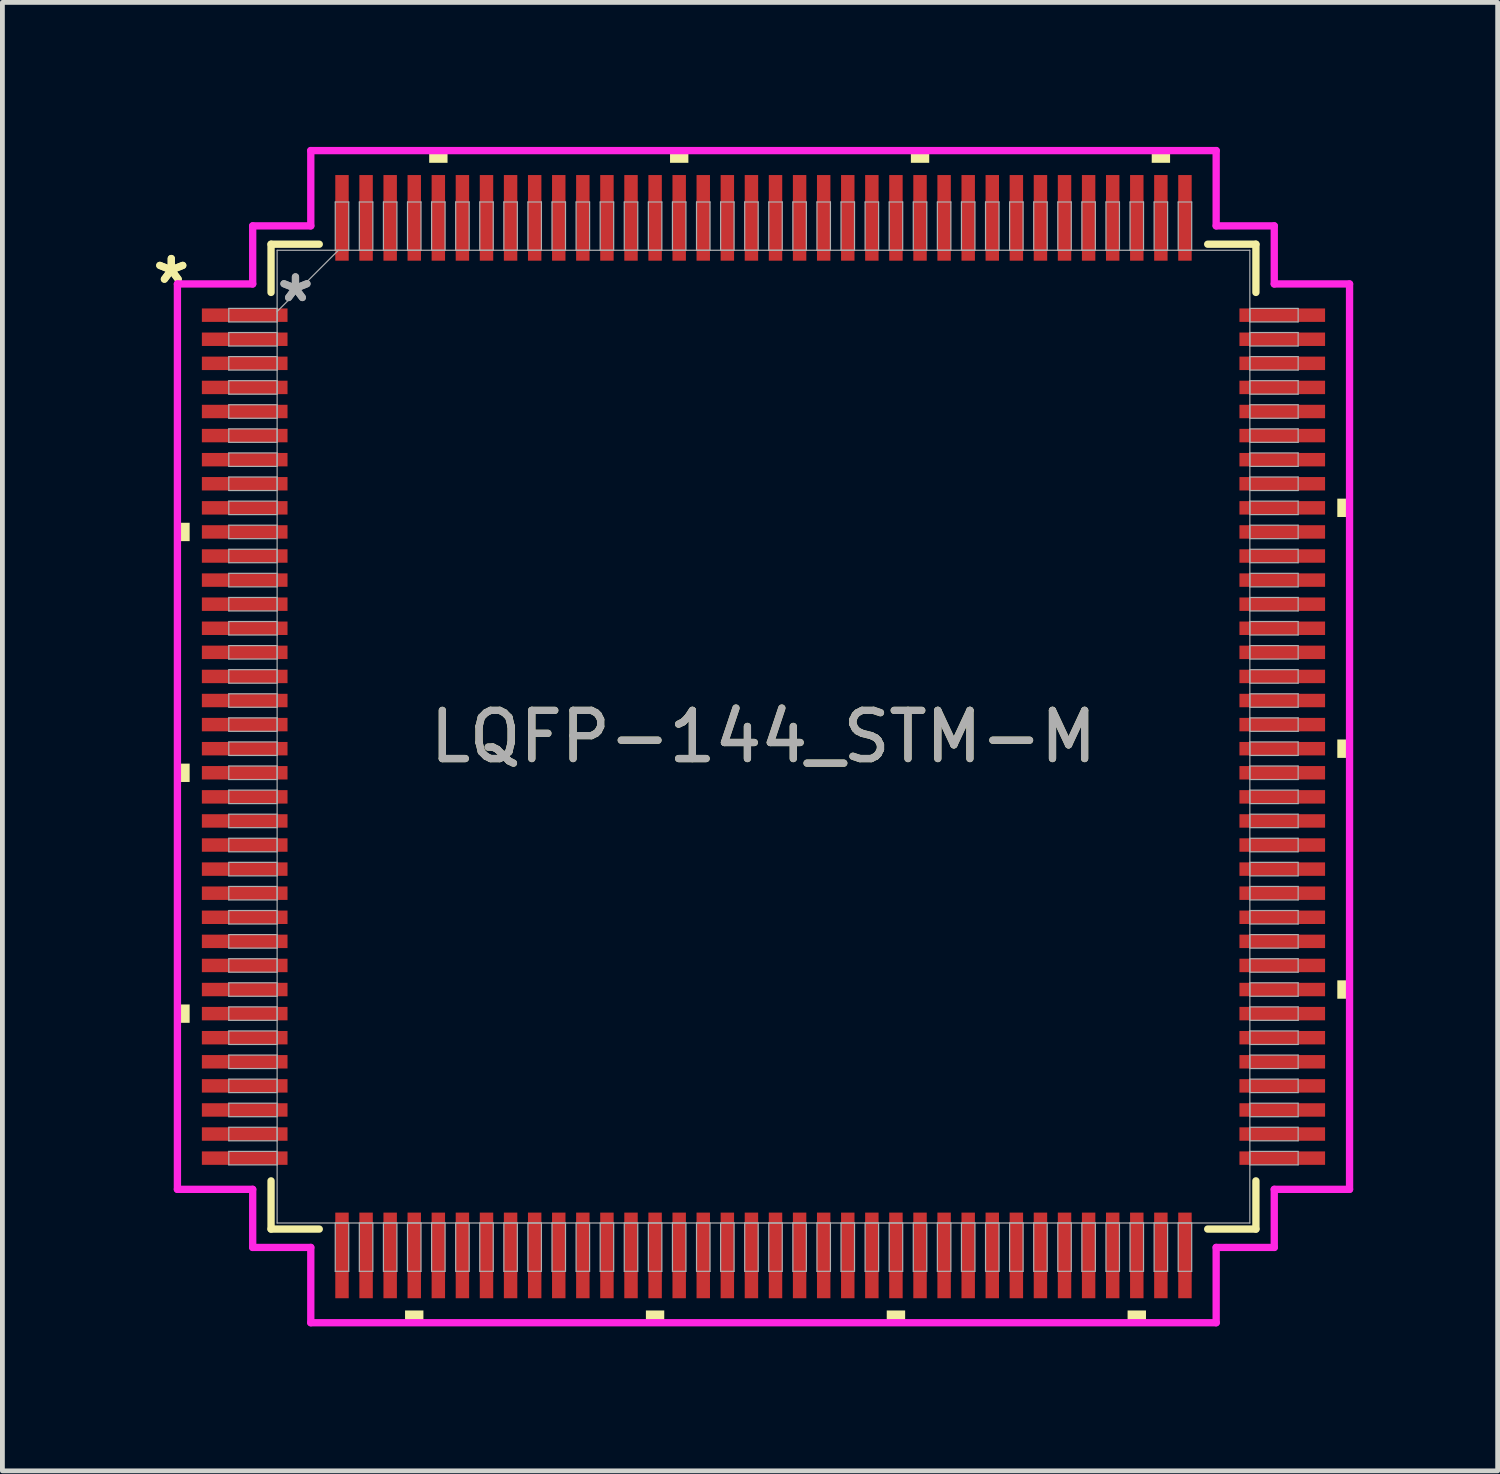
<source format=kicad_pcb>
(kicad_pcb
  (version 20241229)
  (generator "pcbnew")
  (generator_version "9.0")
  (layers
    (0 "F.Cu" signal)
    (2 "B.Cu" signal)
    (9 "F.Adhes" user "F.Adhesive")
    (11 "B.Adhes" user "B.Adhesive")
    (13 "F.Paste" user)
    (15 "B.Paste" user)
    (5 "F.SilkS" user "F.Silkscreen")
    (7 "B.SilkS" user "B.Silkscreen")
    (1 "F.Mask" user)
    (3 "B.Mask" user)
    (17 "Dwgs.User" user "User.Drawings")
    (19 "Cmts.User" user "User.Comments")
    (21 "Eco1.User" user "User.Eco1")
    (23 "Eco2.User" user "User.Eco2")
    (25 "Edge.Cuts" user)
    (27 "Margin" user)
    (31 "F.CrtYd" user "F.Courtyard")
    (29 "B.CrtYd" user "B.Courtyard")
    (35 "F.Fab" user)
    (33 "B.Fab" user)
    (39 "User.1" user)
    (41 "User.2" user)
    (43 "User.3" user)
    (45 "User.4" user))
  (footprint "LQFP-144_STM-M"
    (layer "F.Cu")
    (at 12.8 12.243)
    (property "Reference" "LQFP-144_STM-M" (at 0 0 0) (unlocked yes) (layer "F.SilkS") (effects (font (size 1 1) (thickness 0.15))))
    (attr smd)
    (fp_line (start -10.223 -10.223) (end -10.223 -9.222) (stroke (width 0.152) (type solid)) (layer "F.SilkS"))
    (fp_line (start -10.223 9.222) (end -10.223 10.223) (stroke (width 0.152) (type solid)) (layer "F.SilkS"))
    (fp_line (start -10.223 10.223) (end -9.222 10.223) (stroke (width 0.152) (type solid)) (layer "F.SilkS"))
    (fp_line (start -9.222 -10.223) (end -10.223 -10.223) (stroke (width 0.152) (type solid)) (layer "F.SilkS"))
    (fp_line (start 9.222 10.223) (end 10.223 10.223) (stroke (width 0.152) (type solid)) (layer "F.SilkS"))
    (fp_line (start 10.223 -10.223) (end 9.222 -10.223) (stroke (width 0.152) (type solid)) (layer "F.SilkS"))
    (fp_line (start 10.223 -9.222) (end 10.223 -10.223) (stroke (width 0.152) (type solid)) (layer "F.SilkS"))
    (fp_line (start 10.223 10.223) (end 10.223 9.222) (stroke (width 0.152) (type solid)) (layer "F.SilkS"))
    (fp_poly (pts (xy -12.167 -4.44) (xy -12.167 -4.059) (xy -11.913 -4.059) (xy -11.913 -4.44)) (stroke (width 0) (type solid)) (fill yes) (layer "F.SilkS"))
    (fp_poly (pts (xy -12.167 0.56) (xy -12.167 0.941) (xy -11.913 0.941) (xy -11.913 0.56)) (stroke (width 0) (type solid)) (fill yes) (layer "F.SilkS"))
    (fp_poly (pts (xy -12.167 5.56) (xy -12.167 5.941) (xy -11.913 5.941) (xy -11.913 5.56)) (stroke (width 0) (type solid)) (fill yes) (layer "F.SilkS"))
    (fp_poly (pts (xy -7.441 11.913) (xy -7.441 12.167) (xy -7.06 12.167) (xy -7.06 11.913)) (stroke (width 0) (type solid)) (fill yes) (layer "F.SilkS"))
    (fp_poly (pts (xy -6.94 -11.913) (xy -6.94 -12.167) (xy -6.559 -12.167) (xy -6.559 -11.913)) (stroke (width 0) (type solid)) (fill yes) (layer "F.SilkS"))
    (fp_poly (pts (xy -2.441 11.913) (xy -2.441 12.167) (xy -2.06 12.167) (xy -2.06 11.913)) (stroke (width 0) (type solid)) (fill yes) (layer "F.SilkS"))
    (fp_poly (pts (xy -1.94 -11.913) (xy -1.94 -12.167) (xy -1.559 -12.167) (xy -1.559 -11.913)) (stroke (width 0) (type solid)) (fill yes) (layer "F.SilkS"))
    (fp_poly (pts (xy 2.559 11.913) (xy 2.559 12.167) (xy 2.941 12.167) (xy 2.941 11.913)) (stroke (width 0) (type solid)) (fill yes) (layer "F.SilkS"))
    (fp_poly (pts (xy 3.06 -11.913) (xy 3.06 -12.167) (xy 3.441 -12.167) (xy 3.441 -11.913)) (stroke (width 0) (type solid)) (fill yes) (layer "F.SilkS"))
    (fp_poly (pts (xy 7.559 11.913) (xy 7.559 12.167) (xy 7.941 12.167) (xy 7.941 11.913)) (stroke (width 0) (type solid)) (fill yes) (layer "F.SilkS"))
    (fp_poly (pts (xy 8.06 -11.913) (xy 8.06 -12.167) (xy 8.441 -12.167) (xy 8.441 -11.913)) (stroke (width 0) (type solid)) (fill yes) (layer "F.SilkS"))
    (fp_poly (pts (xy 12.167 -4.941) (xy 12.167 -4.56) (xy 11.913 -4.56) (xy 11.913 -4.941)) (stroke (width 0) (type solid)) (fill yes) (layer "F.SilkS"))
    (fp_poly (pts (xy 12.167 0.059) (xy 12.167 0.441) (xy 11.913 0.441) (xy 11.913 0.059)) (stroke (width 0) (type solid)) (fill yes) (layer "F.SilkS"))
    (fp_poly (pts (xy 12.167 5.059) (xy 12.167 5.441) (xy 11.913 5.441) (xy 11.913 5.059)) (stroke (width 0) (type solid)) (fill yes) (layer "F.SilkS"))
    (fp_line (start -12.167 -9.398) (end -10.604 -9.398) (stroke (width 0.152) (type solid)) (layer "F.CrtYd"))
    (fp_line (start -12.167 9.398) (end -12.167 -9.398) (stroke (width 0.152) (type solid)) (layer "F.CrtYd"))
    (fp_line (start -10.604 -10.604) (end -9.398 -10.604) (stroke (width 0.152) (type solid)) (layer "F.CrtYd"))
    (fp_line (start -10.604 -9.398) (end -10.604 -10.604) (stroke (width 0.152) (type solid)) (layer "F.CrtYd"))
    (fp_line (start -10.604 9.398) (end -12.167 9.398) (stroke (width 0.152) (type solid)) (layer "F.CrtYd"))
    (fp_line (start -10.604 10.604) (end -10.604 9.398) (stroke (width 0.152) (type solid)) (layer "F.CrtYd"))
    (fp_line (start -10.604 10.604) (end -9.398 10.604) (stroke (width 0.152) (type solid)) (layer "F.CrtYd"))
    (fp_line (start -9.398 -12.167) (end 9.398 -12.167) (stroke (width 0.152) (type solid)) (layer "F.CrtYd"))
    (fp_line (start -9.398 -10.604) (end -9.398 -12.167) (stroke (width 0.152) (type solid)) (layer "F.CrtYd"))
    (fp_line (start -9.398 10.604) (end -9.398 12.167) (stroke (width 0.152) (type solid)) (layer "F.CrtYd"))
    (fp_line (start -9.398 12.167) (end 9.398 12.167) (stroke (width 0.152) (type solid)) (layer "F.CrtYd"))
    (fp_line (start 9.398 -12.167) (end 9.398 -10.604) (stroke (width 0.152) (type solid)) (layer "F.CrtYd"))
    (fp_line (start 9.398 -10.604) (end 10.604 -10.604) (stroke (width 0.152) (type solid)) (layer "F.CrtYd"))
    (fp_line (start 9.398 10.604) (end 10.604 10.604) (stroke (width 0.152) (type solid)) (layer "F.CrtYd"))
    (fp_line (start 9.398 12.167) (end 9.398 10.604) (stroke (width 0.152) (type solid)) (layer "F.CrtYd"))
    (fp_line (start 10.604 -9.398) (end 10.604 -10.604) (stroke (width 0.152) (type solid)) (layer "F.CrtYd"))
    (fp_line (start 10.604 9.398) (end 12.167 9.398) (stroke (width 0.152) (type solid)) (layer "F.CrtYd"))
    (fp_line (start 10.604 10.604) (end 10.604 9.398) (stroke (width 0.152) (type solid)) (layer "F.CrtYd"))
    (fp_line (start 12.167 -9.398) (end 10.604 -9.398) (stroke (width 0.152) (type solid)) (layer "F.CrtYd"))
    (fp_line (start 12.167 9.398) (end 12.167 -9.398) (stroke (width 0.152) (type solid)) (layer "F.CrtYd"))
    (fp_line (start -11.1 -8.89) (end -11.1 -8.61) (stroke (width 0.025) (type solid)) (layer "F.Fab"))
    (fp_line (start -11.1 -8.61) (end -10.097 -8.61) (stroke (width 0.025) (type solid)) (layer "F.Fab"))
    (fp_line (start -11.1 -8.39) (end -11.1 -8.11) (stroke (width 0.025) (type solid)) (layer "F.Fab"))
    (fp_line (start -11.1 -8.11) (end -10.097 -8.11) (stroke (width 0.025) (type solid)) (layer "F.Fab"))
    (fp_line (start -11.1 -7.89) (end -11.1 -7.61) (stroke (width 0.025) (type solid)) (layer "F.Fab"))
    (fp_line (start -11.1 -7.61) (end -10.097 -7.61) (stroke (width 0.025) (type solid)) (layer "F.Fab"))
    (fp_line (start -11.1 -7.39) (end -11.1 -7.11) (stroke (width 0.025) (type solid)) (layer "F.Fab"))
    (fp_line (start -11.1 -7.11) (end -10.097 -7.11) (stroke (width 0.025) (type solid)) (layer "F.Fab"))
    (fp_line (start -11.1 -6.89) (end -11.1 -6.61) (stroke (width 0.025) (type solid)) (layer "F.Fab"))
    (fp_line (start -11.1 -6.61) (end -10.097 -6.61) (stroke (width 0.025) (type solid)) (layer "F.Fab"))
    (fp_line (start -11.1 -6.39) (end -11.1 -6.11) (stroke (width 0.025) (type solid)) (layer "F.Fab"))
    (fp_line (start -11.1 -6.11) (end -10.097 -6.11) (stroke (width 0.025) (type solid)) (layer "F.Fab"))
    (fp_line (start -11.1 -5.89) (end -11.1 -5.61) (stroke (width 0.025) (type solid)) (layer "F.Fab"))
    (fp_line (start -11.1 -5.61) (end -10.097 -5.61) (stroke (width 0.025) (type solid)) (layer "F.Fab"))
    (fp_line (start -11.1 -5.39) (end -11.1 -5.11) (stroke (width 0.025) (type solid)) (layer "F.Fab"))
    (fp_line (start -11.1 -5.11) (end -10.097 -5.11) (stroke (width 0.025) (type solid)) (layer "F.Fab"))
    (fp_line (start -11.1 -4.89) (end -11.1 -4.61) (stroke (width 0.025) (type solid)) (layer "F.Fab"))
    (fp_line (start -11.1 -4.61) (end -10.097 -4.61) (stroke (width 0.025) (type solid)) (layer "F.Fab"))
    (fp_line (start -11.1 -4.39) (end -11.1 -4.11) (stroke (width 0.025) (type solid)) (layer "F.Fab"))
    (fp_line (start -11.1 -4.11) (end -10.097 -4.11) (stroke (width 0.025) (type solid)) (layer "F.Fab"))
    (fp_line (start -11.1 -3.89) (end -11.1 -3.61) (stroke (width 0.025) (type solid)) (layer "F.Fab"))
    (fp_line (start -11.1 -3.61) (end -10.097 -3.61) (stroke (width 0.025) (type solid)) (layer "F.Fab"))
    (fp_line (start -11.1 -3.39) (end -11.1 -3.11) (stroke (width 0.025) (type solid)) (layer "F.Fab"))
    (fp_line (start -11.1 -3.11) (end -10.097 -3.11) (stroke (width 0.025) (type solid)) (layer "F.Fab"))
    (fp_line (start -11.1 -2.89) (end -11.1 -2.61) (stroke (width 0.025) (type solid)) (layer "F.Fab"))
    (fp_line (start -11.1 -2.61) (end -10.097 -2.61) (stroke (width 0.025) (type solid)) (layer "F.Fab"))
    (fp_line (start -11.1 -2.39) (end -11.1 -2.11) (stroke (width 0.025) (type solid)) (layer "F.Fab"))
    (fp_line (start -11.1 -2.11) (end -10.097 -2.11) (stroke (width 0.025) (type solid)) (layer "F.Fab"))
    (fp_line (start -11.1 -1.89) (end -11.1 -1.61) (stroke (width 0.025) (type solid)) (layer "F.Fab"))
    (fp_line (start -11.1 -1.61) (end -10.097 -1.61) (stroke (width 0.025) (type solid)) (layer "F.Fab"))
    (fp_line (start -11.1 -1.39) (end -11.1 -1.11) (stroke (width 0.025) (type solid)) (layer "F.Fab"))
    (fp_line (start -11.1 -1.11) (end -10.097 -1.11) (stroke (width 0.025) (type solid)) (layer "F.Fab"))
    (fp_line (start -11.1 -0.89) (end -11.1 -0.61) (stroke (width 0.025) (type solid)) (layer "F.Fab"))
    (fp_line (start -11.1 -0.61) (end -10.097 -0.61) (stroke (width 0.025) (type solid)) (layer "F.Fab"))
    (fp_line (start -11.1 -0.39) (end -11.1 -0.11) (stroke (width 0.025) (type solid)) (layer "F.Fab"))
    (fp_line (start -11.1 -0.11) (end -10.097 -0.11) (stroke (width 0.025) (type solid)) (layer "F.Fab"))
    (fp_line (start -11.1 0.11) (end -11.1 0.39) (stroke (width 0.025) (type solid)) (layer "F.Fab"))
    (fp_line (start -11.1 0.39) (end -10.097 0.39) (stroke (width 0.025) (type solid)) (layer "F.Fab"))
    (fp_line (start -11.1 0.61) (end -11.1 0.89) (stroke (width 0.025) (type solid)) (layer "F.Fab"))
    (fp_line (start -11.1 0.89) (end -10.097 0.89) (stroke (width 0.025) (type solid)) (layer "F.Fab"))
    (fp_line (start -11.1 1.11) (end -11.1 1.39) (stroke (width 0.025) (type solid)) (layer "F.Fab"))
    (fp_line (start -11.1 1.39) (end -10.097 1.39) (stroke (width 0.025) (type solid)) (layer "F.Fab"))
    (fp_line (start -11.1 1.61) (end -11.1 1.89) (stroke (width 0.025) (type solid)) (layer "F.Fab"))
    (fp_line (start -11.1 1.89) (end -10.097 1.89) (stroke (width 0.025) (type solid)) (layer "F.Fab"))
    (fp_line (start -11.1 2.11) (end -11.1 2.39) (stroke (width 0.025) (type solid)) (layer "F.Fab"))
    (fp_line (start -11.1 2.39) (end -10.097 2.39) (stroke (width 0.025) (type solid)) (layer "F.Fab"))
    (fp_line (start -11.1 2.61) (end -11.1 2.89) (stroke (width 0.025) (type solid)) (layer "F.Fab"))
    (fp_line (start -11.1 2.89) (end -10.097 2.89) (stroke (width 0.025) (type solid)) (layer "F.Fab"))
    (fp_line (start -11.1 3.11) (end -11.1 3.39) (stroke (width 0.025) (type solid)) (layer "F.Fab"))
    (fp_line (start -11.1 3.39) (end -10.097 3.39) (stroke (width 0.025) (type solid)) (layer "F.Fab"))
    (fp_line (start -11.1 3.61) (end -11.1 3.89) (stroke (width 0.025) (type solid)) (layer "F.Fab"))
    (fp_line (start -11.1 3.89) (end -10.097 3.89) (stroke (width 0.025) (type solid)) (layer "F.Fab"))
    (fp_line (start -11.1 4.11) (end -11.1 4.39) (stroke (width 0.025) (type solid)) (layer "F.Fab"))
    (fp_line (start -11.1 4.39) (end -10.097 4.39) (stroke (width 0.025) (type solid)) (layer "F.Fab"))
    (fp_line (start -11.1 4.61) (end -11.1 4.89) (stroke (width 0.025) (type solid)) (layer "F.Fab"))
    (fp_line (start -11.1 4.89) (end -10.097 4.89) (stroke (width 0.025) (type solid)) (layer "F.Fab"))
    (fp_line (start -11.1 5.11) (end -11.1 5.39) (stroke (width 0.025) (type solid)) (layer "F.Fab"))
    (fp_line (start -11.1 5.39) (end -10.097 5.39) (stroke (width 0.025) (type solid)) (layer "F.Fab"))
    (fp_line (start -11.1 5.61) (end -11.1 5.89) (stroke (width 0.025) (type solid)) (layer "F.Fab"))
    (fp_line (start -11.1 5.89) (end -10.097 5.89) (stroke (width 0.025) (type solid)) (layer "F.Fab"))
    (fp_line (start -11.1 6.11) (end -11.1 6.39) (stroke (width 0.025) (type solid)) (layer "F.Fab"))
    (fp_line (start -11.1 6.39) (end -10.097 6.39) (stroke (width 0.025) (type solid)) (layer "F.Fab"))
    (fp_line (start -11.1 6.61) (end -11.1 6.89) (stroke (width 0.025) (type solid)) (layer "F.Fab"))
    (fp_line (start -11.1 6.89) (end -10.097 6.89) (stroke (width 0.025) (type solid)) (layer "F.Fab"))
    (fp_line (start -11.1 7.11) (end -11.1 7.39) (stroke (width 0.025) (type solid)) (layer "F.Fab"))
    (fp_line (start -11.1 7.39) (end -10.097 7.39) (stroke (width 0.025) (type solid)) (layer "F.Fab"))
    (fp_line (start -11.1 7.61) (end -11.1 7.89) (stroke (width 0.025) (type solid)) (layer "F.Fab"))
    (fp_line (start -11.1 7.89) (end -10.097 7.89) (stroke (width 0.025) (type solid)) (layer "F.Fab"))
    (fp_line (start -11.1 8.11) (end -11.1 8.39) (stroke (width 0.025) (type solid)) (layer "F.Fab"))
    (fp_line (start -11.1 8.39) (end -10.097 8.39) (stroke (width 0.025) (type solid)) (layer "F.Fab"))
    (fp_line (start -11.1 8.61) (end -11.1 8.89) (stroke (width 0.025) (type solid)) (layer "F.Fab"))
    (fp_line (start -11.1 8.89) (end -10.097 8.89) (stroke (width 0.025) (type solid)) (layer "F.Fab"))
    (fp_line (start -10.097 -10.097) (end -10.097 10.097) (stroke (width 0.025) (type solid)) (layer "F.Fab"))
    (fp_line (start -10.097 -8.89) (end -11.1 -8.89) (stroke (width 0.025) (type solid)) (layer "F.Fab"))
    (fp_line (start -10.097 -8.826) (end -8.826 -10.097) (stroke (width 0.025) (type solid)) (layer "F.Fab"))
    (fp_line (start -10.097 -8.61) (end -10.097 -8.89) (stroke (width 0.025) (type solid)) (layer "F.Fab"))
    (fp_line (start -10.097 -8.39) (end -11.1 -8.39) (stroke (width 0.025) (type solid)) (layer "F.Fab"))
    (fp_line (start -10.097 -8.11) (end -10.097 -8.39) (stroke (width 0.025) (type solid)) (layer "F.Fab"))
    (fp_line (start -10.097 -7.89) (end -11.1 -7.89) (stroke (width 0.025) (type solid)) (layer "F.Fab"))
    (fp_line (start -10.097 -7.61) (end -10.097 -7.89) (stroke (width 0.025) (type solid)) (layer "F.Fab"))
    (fp_line (start -10.097 -7.39) (end -11.1 -7.39) (stroke (width 0.025) (type solid)) (layer "F.Fab"))
    (fp_line (start -10.097 -7.11) (end -10.097 -7.39) (stroke (width 0.025) (type solid)) (layer "F.Fab"))
    (fp_line (start -10.097 -6.89) (end -11.1 -6.89) (stroke (width 0.025) (type solid)) (layer "F.Fab"))
    (fp_line (start -10.097 -6.61) (end -10.097 -6.89) (stroke (width 0.025) (type solid)) (layer "F.Fab"))
    (fp_line (start -10.097 -6.39) (end -11.1 -6.39) (stroke (width 0.025) (type solid)) (layer "F.Fab"))
    (fp_line (start -10.097 -6.11) (end -10.097 -6.39) (stroke (width 0.025) (type solid)) (layer "F.Fab"))
    (fp_line (start -10.097 -5.89) (end -11.1 -5.89) (stroke (width 0.025) (type solid)) (layer "F.Fab"))
    (fp_line (start -10.097 -5.61) (end -10.097 -5.89) (stroke (width 0.025) (type solid)) (layer "F.Fab"))
    (fp_line (start -10.097 -5.39) (end -11.1 -5.39) (stroke (width 0.025) (type solid)) (layer "F.Fab"))
    (fp_line (start -10.097 -5.11) (end -10.097 -5.39) (stroke (width 0.025) (type solid)) (layer "F.Fab"))
    (fp_line (start -10.097 -4.89) (end -11.1 -4.89) (stroke (width 0.025) (type solid)) (layer "F.Fab"))
    (fp_line (start -10.097 -4.61) (end -10.097 -4.89) (stroke (width 0.025) (type solid)) (layer "F.Fab"))
    (fp_line (start -10.097 -4.39) (end -11.1 -4.39) (stroke (width 0.025) (type solid)) (layer "F.Fab"))
    (fp_line (start -10.097 -4.11) (end -10.097 -4.39) (stroke (width 0.025) (type solid)) (layer "F.Fab"))
    (fp_line (start -10.097 -3.89) (end -11.1 -3.89) (stroke (width 0.025) (type solid)) (layer "F.Fab"))
    (fp_line (start -10.097 -3.61) (end -10.097 -3.89) (stroke (width 0.025) (type solid)) (layer "F.Fab"))
    (fp_line (start -10.097 -3.39) (end -11.1 -3.39) (stroke (width 0.025) (type solid)) (layer "F.Fab"))
    (fp_line (start -10.097 -3.11) (end -10.097 -3.39) (stroke (width 0.025) (type solid)) (layer "F.Fab"))
    (fp_line (start -10.097 -2.89) (end -11.1 -2.89) (stroke (width 0.025) (type solid)) (layer "F.Fab"))
    (fp_line (start -10.097 -2.61) (end -10.097 -2.89) (stroke (width 0.025) (type solid)) (layer "F.Fab"))
    (fp_line (start -10.097 -2.39) (end -11.1 -2.39) (stroke (width 0.025) (type solid)) (layer "F.Fab"))
    (fp_line (start -10.097 -2.11) (end -10.097 -2.39) (stroke (width 0.025) (type solid)) (layer "F.Fab"))
    (fp_line (start -10.097 -1.89) (end -11.1 -1.89) (stroke (width 0.025) (type solid)) (layer "F.Fab"))
    (fp_line (start -10.097 -1.61) (end -10.097 -1.89) (stroke (width 0.025) (type solid)) (layer "F.Fab"))
    (fp_line (start -10.097 -1.39) (end -11.1 -1.39) (stroke (width 0.025) (type solid)) (layer "F.Fab"))
    (fp_line (start -10.097 -1.11) (end -10.097 -1.39) (stroke (width 0.025) (type solid)) (layer "F.Fab"))
    (fp_line (start -10.097 -0.89) (end -11.1 -0.89) (stroke (width 0.025) (type solid)) (layer "F.Fab"))
    (fp_line (start -10.097 -0.61) (end -10.097 -0.89) (stroke (width 0.025) (type solid)) (layer "F.Fab"))
    (fp_line (start -10.097 -0.39) (end -11.1 -0.39) (stroke (width 0.025) (type solid)) (layer "F.Fab"))
    (fp_line (start -10.097 -0.11) (end -10.097 -0.39) (stroke (width 0.025) (type solid)) (layer "F.Fab"))
    (fp_line (start -10.097 0.11) (end -11.1 0.11) (stroke (width 0.025) (type solid)) (layer "F.Fab"))
    (fp_line (start -10.097 0.39) (end -10.097 0.11) (stroke (width 0.025) (type solid)) (layer "F.Fab"))
    (fp_line (start -10.097 0.61) (end -11.1 0.61) (stroke (width 0.025) (type solid)) (layer "F.Fab"))
    (fp_line (start -10.097 0.89) (end -10.097 0.61) (stroke (width 0.025) (type solid)) (layer "F.Fab"))
    (fp_line (start -10.097 1.11) (end -11.1 1.11) (stroke (width 0.025) (type solid)) (layer "F.Fab"))
    (fp_line (start -10.097 1.39) (end -10.097 1.11) (stroke (width 0.025) (type solid)) (layer "F.Fab"))
    (fp_line (start -10.097 1.61) (end -11.1 1.61) (stroke (width 0.025) (type solid)) (layer "F.Fab"))
    (fp_line (start -10.097 1.89) (end -10.097 1.61) (stroke (width 0.025) (type solid)) (layer "F.Fab"))
    (fp_line (start -10.097 2.11) (end -11.1 2.11) (stroke (width 0.025) (type solid)) (layer "F.Fab"))
    (fp_line (start -10.097 2.39) (end -10.097 2.11) (stroke (width 0.025) (type solid)) (layer "F.Fab"))
    (fp_line (start -10.097 2.61) (end -11.1 2.61) (stroke (width 0.025) (type solid)) (layer "F.Fab"))
    (fp_line (start -10.097 2.89) (end -10.097 2.61) (stroke (width 0.025) (type solid)) (layer "F.Fab"))
    (fp_line (start -10.097 3.11) (end -11.1 3.11) (stroke (width 0.025) (type solid)) (layer "F.Fab"))
    (fp_line (start -10.097 3.39) (end -10.097 3.11) (stroke (width 0.025) (type solid)) (layer "F.Fab"))
    (fp_line (start -10.097 3.61) (end -11.1 3.61) (stroke (width 0.025) (type solid)) (layer "F.Fab"))
    (fp_line (start -10.097 3.89) (end -10.097 3.61) (stroke (width 0.025) (type solid)) (layer "F.Fab"))
    (fp_line (start -10.097 4.11) (end -11.1 4.11) (stroke (width 0.025) (type solid)) (layer "F.Fab"))
    (fp_line (start -10.097 4.39) (end -10.097 4.11) (stroke (width 0.025) (type solid)) (layer "F.Fab"))
    (fp_line (start -10.097 4.61) (end -11.1 4.61) (stroke (width 0.025) (type solid)) (layer "F.Fab"))
    (fp_line (start -10.097 4.89) (end -10.097 4.61) (stroke (width 0.025) (type solid)) (layer "F.Fab"))
    (fp_line (start -10.097 5.11) (end -11.1 5.11) (stroke (width 0.025) (type solid)) (layer "F.Fab"))
    (fp_line (start -10.097 5.39) (end -10.097 5.11) (stroke (width 0.025) (type solid)) (layer "F.Fab"))
    (fp_line (start -10.097 5.61) (end -11.1 5.61) (stroke (width 0.025) (type solid)) (layer "F.Fab"))
    (fp_line (start -10.097 5.89) (end -10.097 5.61) (stroke (width 0.025) (type solid)) (layer "F.Fab"))
    (fp_line (start -10.097 6.11) (end -11.1 6.11) (stroke (width 0.025) (type solid)) (layer "F.Fab"))
    (fp_line (start -10.097 6.39) (end -10.097 6.11) (stroke (width 0.025) (type solid)) (layer "F.Fab"))
    (fp_line (start -10.097 6.61) (end -11.1 6.61) (stroke (width 0.025) (type solid)) (layer "F.Fab"))
    (fp_line (start -10.097 6.89) (end -10.097 6.61) (stroke (width 0.025) (type solid)) (layer "F.Fab"))
    (fp_line (start -10.097 7.11) (end -11.1 7.11) (stroke (width 0.025) (type solid)) (layer "F.Fab"))
    (fp_line (start -10.097 7.39) (end -10.097 7.11) (stroke (width 0.025) (type solid)) (layer "F.Fab"))
    (fp_line (start -10.097 7.61) (end -11.1 7.61) (stroke (width 0.025) (type solid)) (layer "F.Fab"))
    (fp_line (start -10.097 7.89) (end -10.097 7.61) (stroke (width 0.025) (type solid)) (layer "F.Fab"))
    (fp_line (start -10.097 8.11) (end -11.1 8.11) (stroke (width 0.025) (type solid)) (layer "F.Fab"))
    (fp_line (start -10.097 8.39) (end -10.097 8.11) (stroke (width 0.025) (type solid)) (layer "F.Fab"))
    (fp_line (start -10.097 8.61) (end -11.1 8.61) (stroke (width 0.025) (type solid)) (layer "F.Fab"))
    (fp_line (start -10.097 8.89) (end -10.097 8.61) (stroke (width 0.025) (type solid)) (layer "F.Fab"))
    (fp_line (start -10.097 10.097) (end 10.097 10.097) (stroke (width 0.025) (type solid)) (layer "F.Fab"))
    (fp_line (start -8.89 -11.1) (end -8.89 -10.097) (stroke (width 0.025) (type solid)) (layer "F.Fab"))
    (fp_line (start -8.89 -10.097) (end -8.61 -10.097) (stroke (width 0.025) (type solid)) (layer "F.Fab"))
    (fp_line (start -8.89 10.097) (end -8.89 11.1) (stroke (width 0.025) (type solid)) (layer "F.Fab"))
    (fp_line (start -8.89 11.1) (end -8.61 11.1) (stroke (width 0.025) (type solid)) (layer "F.Fab"))
    (fp_line (start -8.61 -11.1) (end -8.89 -11.1) (stroke (width 0.025) (type solid)) (layer "F.Fab"))
    (fp_line (start -8.61 -10.097) (end -8.61 -11.1) (stroke (width 0.025) (type solid)) (layer "F.Fab"))
    (fp_line (start -8.61 10.097) (end -8.89 10.097) (stroke (width 0.025) (type solid)) (layer "F.Fab"))
    (fp_line (start -8.61 11.1) (end -8.61 10.097) (stroke (width 0.025) (type solid)) (layer "F.Fab"))
    (fp_line (start -8.39 -11.1) (end -8.39 -10.097) (stroke (width 0.025) (type solid)) (layer "F.Fab"))
    (fp_line (start -8.39 -10.097) (end -8.11 -10.097) (stroke (width 0.025) (type solid)) (layer "F.Fab"))
    (fp_line (start -8.39 10.097) (end -8.39 11.1) (stroke (width 0.025) (type solid)) (layer "F.Fab"))
    (fp_line (start -8.39 11.1) (end -8.11 11.1) (stroke (width 0.025) (type solid)) (layer "F.Fab"))
    (fp_line (start -8.11 -11.1) (end -8.39 -11.1) (stroke (width 0.025) (type solid)) (layer "F.Fab"))
    (fp_line (start -8.11 -10.097) (end -8.11 -11.1) (stroke (width 0.025) (type solid)) (layer "F.Fab"))
    (fp_line (start -8.11 10.097) (end -8.39 10.097) (stroke (width 0.025) (type solid)) (layer "F.Fab"))
    (fp_line (start -8.11 11.1) (end -8.11 10.097) (stroke (width 0.025) (type solid)) (layer "F.Fab"))
    (fp_line (start -7.89 -11.1) (end -7.89 -10.097) (stroke (width 0.025) (type solid)) (layer "F.Fab"))
    (fp_line (start -7.89 -10.097) (end -7.61 -10.097) (stroke (width 0.025) (type solid)) (layer "F.Fab"))
    (fp_line (start -7.89 10.097) (end -7.89 11.1) (stroke (width 0.025) (type solid)) (layer "F.Fab"))
    (fp_line (start -7.89 11.1) (end -7.61 11.1) (stroke (width 0.025) (type solid)) (layer "F.Fab"))
    (fp_line (start -7.61 -11.1) (end -7.89 -11.1) (stroke (width 0.025) (type solid)) (layer "F.Fab"))
    (fp_line (start -7.61 -10.097) (end -7.61 -11.1) (stroke (width 0.025) (type solid)) (layer "F.Fab"))
    (fp_line (start -7.61 10.097) (end -7.89 10.097) (stroke (width 0.025) (type solid)) (layer "F.Fab"))
    (fp_line (start -7.61 11.1) (end -7.61 10.097) (stroke (width 0.025) (type solid)) (layer "F.Fab"))
    (fp_line (start -7.39 -11.1) (end -7.39 -10.097) (stroke (width 0.025) (type solid)) (layer "F.Fab"))
    (fp_line (start -7.39 -10.097) (end -7.11 -10.097) (stroke (width 0.025) (type solid)) (layer "F.Fab"))
    (fp_line (start -7.39 10.097) (end -7.39 11.1) (stroke (width 0.025) (type solid)) (layer "F.Fab"))
    (fp_line (start -7.39 11.1) (end -7.11 11.1) (stroke (width 0.025) (type solid)) (layer "F.Fab"))
    (fp_line (start -7.11 -11.1) (end -7.39 -11.1) (stroke (width 0.025) (type solid)) (layer "F.Fab"))
    (fp_line (start -7.11 -10.097) (end -7.11 -11.1) (stroke (width 0.025) (type solid)) (layer "F.Fab"))
    (fp_line (start -7.11 10.097) (end -7.39 10.097) (stroke (width 0.025) (type solid)) (layer "F.Fab"))
    (fp_line (start -7.11 11.1) (end -7.11 10.097) (stroke (width 0.025) (type solid)) (layer "F.Fab"))
    (fp_line (start -6.89 -11.1) (end -6.89 -10.097) (stroke (width 0.025) (type solid)) (layer "F.Fab"))
    (fp_line (start -6.89 -10.097) (end -6.61 -10.097) (stroke (width 0.025) (type solid)) (layer "F.Fab"))
    (fp_line (start -6.89 10.097) (end -6.89 11.1) (stroke (width 0.025) (type solid)) (layer "F.Fab"))
    (fp_line (start -6.89 11.1) (end -6.61 11.1) (stroke (width 0.025) (type solid)) (layer "F.Fab"))
    (fp_line (start -6.61 -11.1) (end -6.89 -11.1) (stroke (width 0.025) (type solid)) (layer "F.Fab"))
    (fp_line (start -6.61 -10.097) (end -6.61 -11.1) (stroke (width 0.025) (type solid)) (layer "F.Fab"))
    (fp_line (start -6.61 10.097) (end -6.89 10.097) (stroke (width 0.025) (type solid)) (layer "F.Fab"))
    (fp_line (start -6.61 11.1) (end -6.61 10.097) (stroke (width 0.025) (type solid)) (layer "F.Fab"))
    (fp_line (start -6.39 -11.1) (end -6.39 -10.097) (stroke (width 0.025) (type solid)) (layer "F.Fab"))
    (fp_line (start -6.39 -10.097) (end -6.11 -10.097) (stroke (width 0.025) (type solid)) (layer "F.Fab"))
    (fp_line (start -6.39 10.097) (end -6.39 11.1) (stroke (width 0.025) (type solid)) (layer "F.Fab"))
    (fp_line (start -6.39 11.1) (end -6.11 11.1) (stroke (width 0.025) (type solid)) (layer "F.Fab"))
    (fp_line (start -6.11 -11.1) (end -6.39 -11.1) (stroke (width 0.025) (type solid)) (layer "F.Fab"))
    (fp_line (start -6.11 -10.097) (end -6.11 -11.1) (stroke (width 0.025) (type solid)) (layer "F.Fab"))
    (fp_line (start -6.11 10.097) (end -6.39 10.097) (stroke (width 0.025) (type solid)) (layer "F.Fab"))
    (fp_line (start -6.11 11.1) (end -6.11 10.097) (stroke (width 0.025) (type solid)) (layer "F.Fab"))
    (fp_line (start -5.89 -11.1) (end -5.89 -10.097) (stroke (width 0.025) (type solid)) (layer "F.Fab"))
    (fp_line (start -5.89 -10.097) (end -5.61 -10.097) (stroke (width 0.025) (type solid)) (layer "F.Fab"))
    (fp_line (start -5.89 10.097) (end -5.89 11.1) (stroke (width 0.025) (type solid)) (layer "F.Fab"))
    (fp_line (start -5.89 11.1) (end -5.61 11.1) (stroke (width 0.025) (type solid)) (layer "F.Fab"))
    (fp_line (start -5.61 -11.1) (end -5.89 -11.1) (stroke (width 0.025) (type solid)) (layer "F.Fab"))
    (fp_line (start -5.61 -10.097) (end -5.61 -11.1) (stroke (width 0.025) (type solid)) (layer "F.Fab"))
    (fp_line (start -5.61 10.097) (end -5.89 10.097) (stroke (width 0.025) (type solid)) (layer "F.Fab"))
    (fp_line (start -5.61 11.1) (end -5.61 10.097) (stroke (width 0.025) (type solid)) (layer "F.Fab"))
    (fp_line (start -5.39 -11.1) (end -5.39 -10.097) (stroke (width 0.025) (type solid)) (layer "F.Fab"))
    (fp_line (start -5.39 -10.097) (end -5.11 -10.097) (stroke (width 0.025) (type solid)) (layer "F.Fab"))
    (fp_line (start -5.39 10.097) (end -5.39 11.1) (stroke (width 0.025) (type solid)) (layer "F.Fab"))
    (fp_line (start -5.39 11.1) (end -5.11 11.1) (stroke (width 0.025) (type solid)) (layer "F.Fab"))
    (fp_line (start -5.11 -11.1) (end -5.39 -11.1) (stroke (width 0.025) (type solid)) (layer "F.Fab"))
    (fp_line (start -5.11 -10.097) (end -5.11 -11.1) (stroke (width 0.025) (type solid)) (layer "F.Fab"))
    (fp_line (start -5.11 10.097) (end -5.39 10.097) (stroke (width 0.025) (type solid)) (layer "F.Fab"))
    (fp_line (start -5.11 11.1) (end -5.11 10.097) (stroke (width 0.025) (type solid)) (layer "F.Fab"))
    (fp_line (start -4.89 -11.1) (end -4.89 -10.097) (stroke (width 0.025) (type solid)) (layer "F.Fab"))
    (fp_line (start -4.89 -10.097) (end -4.61 -10.097) (stroke (width 0.025) (type solid)) (layer "F.Fab"))
    (fp_line (start -4.89 10.097) (end -4.89 11.1) (stroke (width 0.025) (type solid)) (layer "F.Fab"))
    (fp_line (start -4.89 11.1) (end -4.61 11.1) (stroke (width 0.025) (type solid)) (layer "F.Fab"))
    (fp_line (start -4.61 -11.1) (end -4.89 -11.1) (stroke (width 0.025) (type solid)) (layer "F.Fab"))
    (fp_line (start -4.61 -10.097) (end -4.61 -11.1) (stroke (width 0.025) (type solid)) (layer "F.Fab"))
    (fp_line (start -4.61 10.097) (end -4.89 10.097) (stroke (width 0.025) (type solid)) (layer "F.Fab"))
    (fp_line (start -4.61 11.1) (end -4.61 10.097) (stroke (width 0.025) (type solid)) (layer "F.Fab"))
    (fp_line (start -4.39 -11.1) (end -4.39 -10.097) (stroke (width 0.025) (type solid)) (layer "F.Fab"))
    (fp_line (start -4.39 -10.097) (end -4.11 -10.097) (stroke (width 0.025) (type solid)) (layer "F.Fab"))
    (fp_line (start -4.39 10.097) (end -4.39 11.1) (stroke (width 0.025) (type solid)) (layer "F.Fab"))
    (fp_line (start -4.39 11.1) (end -4.11 11.1) (stroke (width 0.025) (type solid)) (layer "F.Fab"))
    (fp_line (start -4.11 -11.1) (end -4.39 -11.1) (stroke (width 0.025) (type solid)) (layer "F.Fab"))
    (fp_line (start -4.11 -10.097) (end -4.11 -11.1) (stroke (width 0.025) (type solid)) (layer "F.Fab"))
    (fp_line (start -4.11 10.097) (end -4.39 10.097) (stroke (width 0.025) (type solid)) (layer "F.Fab"))
    (fp_line (start -4.11 11.1) (end -4.11 10.097) (stroke (width 0.025) (type solid)) (layer "F.Fab"))
    (fp_line (start -3.89 -11.1) (end -3.89 -10.097) (stroke (width 0.025) (type solid)) (layer "F.Fab"))
    (fp_line (start -3.89 -10.097) (end -3.61 -10.097) (stroke (width 0.025) (type solid)) (layer "F.Fab"))
    (fp_line (start -3.89 10.097) (end -3.89 11.1) (stroke (width 0.025) (type solid)) (layer "F.Fab"))
    (fp_line (start -3.89 11.1) (end -3.61 11.1) (stroke (width 0.025) (type solid)) (layer "F.Fab"))
    (fp_line (start -3.61 -11.1) (end -3.89 -11.1) (stroke (width 0.025) (type solid)) (layer "F.Fab"))
    (fp_line (start -3.61 -10.097) (end -3.61 -11.1) (stroke (width 0.025) (type solid)) (layer "F.Fab"))
    (fp_line (start -3.61 10.097) (end -3.89 10.097) (stroke (width 0.025) (type solid)) (layer "F.Fab"))
    (fp_line (start -3.61 11.1) (end -3.61 10.097) (stroke (width 0.025) (type solid)) (layer "F.Fab"))
    (fp_line (start -3.39 -11.1) (end -3.39 -10.097) (stroke (width 0.025) (type solid)) (layer "F.Fab"))
    (fp_line (start -3.39 -10.097) (end -3.11 -10.097) (stroke (width 0.025) (type solid)) (layer "F.Fab"))
    (fp_line (start -3.39 10.097) (end -3.39 11.1) (stroke (width 0.025) (type solid)) (layer "F.Fab"))
    (fp_line (start -3.39 11.1) (end -3.11 11.1) (stroke (width 0.025) (type solid)) (layer "F.Fab"))
    (fp_line (start -3.11 -11.1) (end -3.39 -11.1) (stroke (width 0.025) (type solid)) (layer "F.Fab"))
    (fp_line (start -3.11 -10.097) (end -3.11 -11.1) (stroke (width 0.025) (type solid)) (layer "F.Fab"))
    (fp_line (start -3.11 10.097) (end -3.39 10.097) (stroke (width 0.025) (type solid)) (layer "F.Fab"))
    (fp_line (start -3.11 11.1) (end -3.11 10.097) (stroke (width 0.025) (type solid)) (layer "F.Fab"))
    (fp_line (start -2.89 -11.1) (end -2.89 -10.097) (stroke (width 0.025) (type solid)) (layer "F.Fab"))
    (fp_line (start -2.89 -10.097) (end -2.61 -10.097) (stroke (width 0.025) (type solid)) (layer "F.Fab"))
    (fp_line (start -2.89 10.097) (end -2.89 11.1) (stroke (width 0.025) (type solid)) (layer "F.Fab"))
    (fp_line (start -2.89 11.1) (end -2.61 11.1) (stroke (width 0.025) (type solid)) (layer "F.Fab"))
    (fp_line (start -2.61 -11.1) (end -2.89 -11.1) (stroke (width 0.025) (type solid)) (layer "F.Fab"))
    (fp_line (start -2.61 -10.097) (end -2.61 -11.1) (stroke (width 0.025) (type solid)) (layer "F.Fab"))
    (fp_line (start -2.61 10.097) (end -2.89 10.097) (stroke (width 0.025) (type solid)) (layer "F.Fab"))
    (fp_line (start -2.61 11.1) (end -2.61 10.097) (stroke (width 0.025) (type solid)) (layer "F.Fab"))
    (fp_line (start -2.39 -11.1) (end -2.39 -10.097) (stroke (width 0.025) (type solid)) (layer "F.Fab"))
    (fp_line (start -2.39 -10.097) (end -2.11 -10.097) (stroke (width 0.025) (type solid)) (layer "F.Fab"))
    (fp_line (start -2.39 10.097) (end -2.39 11.1) (stroke (width 0.025) (type solid)) (layer "F.Fab"))
    (fp_line (start -2.39 11.1) (end -2.11 11.1) (stroke (width 0.025) (type solid)) (layer "F.Fab"))
    (fp_line (start -2.11 -11.1) (end -2.39 -11.1) (stroke (width 0.025) (type solid)) (layer "F.Fab"))
    (fp_line (start -2.11 -10.097) (end -2.11 -11.1) (stroke (width 0.025) (type solid)) (layer "F.Fab"))
    (fp_line (start -2.11 10.097) (end -2.39 10.097) (stroke (width 0.025) (type solid)) (layer "F.Fab"))
    (fp_line (start -2.11 11.1) (end -2.11 10.097) (stroke (width 0.025) (type solid)) (layer "F.Fab"))
    (fp_line (start -1.89 -11.1) (end -1.89 -10.097) (stroke (width 0.025) (type solid)) (layer "F.Fab"))
    (fp_line (start -1.89 -10.097) (end -1.61 -10.097) (stroke (width 0.025) (type solid)) (layer "F.Fab"))
    (fp_line (start -1.89 10.097) (end -1.89 11.1) (stroke (width 0.025) (type solid)) (layer "F.Fab"))
    (fp_line (start -1.89 11.1) (end -1.61 11.1) (stroke (width 0.025) (type solid)) (layer "F.Fab"))
    (fp_line (start -1.61 -11.1) (end -1.89 -11.1) (stroke (width 0.025) (type solid)) (layer "F.Fab"))
    (fp_line (start -1.61 -10.097) (end -1.61 -11.1) (stroke (width 0.025) (type solid)) (layer "F.Fab"))
    (fp_line (start -1.61 10.097) (end -1.89 10.097) (stroke (width 0.025) (type solid)) (layer "F.Fab"))
    (fp_line (start -1.61 11.1) (end -1.61 10.097) (stroke (width 0.025) (type solid)) (layer "F.Fab"))
    (fp_line (start -1.39 -11.1) (end -1.39 -10.097) (stroke (width 0.025) (type solid)) (layer "F.Fab"))
    (fp_line (start -1.39 -10.097) (end -1.11 -10.097) (stroke (width 0.025) (type solid)) (layer "F.Fab"))
    (fp_line (start -1.39 10.097) (end -1.39 11.1) (stroke (width 0.025) (type solid)) (layer "F.Fab"))
    (fp_line (start -1.39 11.1) (end -1.11 11.1) (stroke (width 0.025) (type solid)) (layer "F.Fab"))
    (fp_line (start -1.11 -11.1) (end -1.39 -11.1) (stroke (width 0.025) (type solid)) (layer "F.Fab"))
    (fp_line (start -1.11 -10.097) (end -1.11 -11.1) (stroke (width 0.025) (type solid)) (layer "F.Fab"))
    (fp_line (start -1.11 10.097) (end -1.39 10.097) (stroke (width 0.025) (type solid)) (layer "F.Fab"))
    (fp_line (start -1.11 11.1) (end -1.11 10.097) (stroke (width 0.025) (type solid)) (layer "F.Fab"))
    (fp_line (start -0.89 -11.1) (end -0.89 -10.097) (stroke (width 0.025) (type solid)) (layer "F.Fab"))
    (fp_line (start -0.89 -10.097) (end -0.61 -10.097) (stroke (width 0.025) (type solid)) (layer "F.Fab"))
    (fp_line (start -0.89 10.097) (end -0.89 11.1) (stroke (width 0.025) (type solid)) (layer "F.Fab"))
    (fp_line (start -0.89 11.1) (end -0.61 11.1) (stroke (width 0.025) (type solid)) (layer "F.Fab"))
    (fp_line (start -0.61 -11.1) (end -0.89 -11.1) (stroke (width 0.025) (type solid)) (layer "F.Fab"))
    (fp_line (start -0.61 -10.097) (end -0.61 -11.1) (stroke (width 0.025) (type solid)) (layer "F.Fab"))
    (fp_line (start -0.61 10.097) (end -0.89 10.097) (stroke (width 0.025) (type solid)) (layer "F.Fab"))
    (fp_line (start -0.61 11.1) (end -0.61 10.097) (stroke (width 0.025) (type solid)) (layer "F.Fab"))
    (fp_line (start -0.39 -11.1) (end -0.39 -10.097) (stroke (width 0.025) (type solid)) (layer "F.Fab"))
    (fp_line (start -0.39 -10.097) (end -0.11 -10.097) (stroke (width 0.025) (type solid)) (layer "F.Fab"))
    (fp_line (start -0.39 10.097) (end -0.39 11.1) (stroke (width 0.025) (type solid)) (layer "F.Fab"))
    (fp_line (start -0.39 11.1) (end -0.11 11.1) (stroke (width 0.025) (type solid)) (layer "F.Fab"))
    (fp_line (start -0.11 -11.1) (end -0.39 -11.1) (stroke (width 0.025) (type solid)) (layer "F.Fab"))
    (fp_line (start -0.11 -10.097) (end -0.11 -11.1) (stroke (width 0.025) (type solid)) (layer "F.Fab"))
    (fp_line (start -0.11 10.097) (end -0.39 10.097) (stroke (width 0.025) (type solid)) (layer "F.Fab"))
    (fp_line (start -0.11 11.1) (end -0.11 10.097) (stroke (width 0.025) (type solid)) (layer "F.Fab"))
    (fp_line (start 0.11 -11.1) (end 0.11 -10.097) (stroke (width 0.025) (type solid)) (layer "F.Fab"))
    (fp_line (start 0.11 -10.097) (end 0.39 -10.097) (stroke (width 0.025) (type solid)) (layer "F.Fab"))
    (fp_line (start 0.11 10.097) (end 0.11 11.1) (stroke (width 0.025) (type solid)) (layer "F.Fab"))
    (fp_line (start 0.11 11.1) (end 0.39 11.1) (stroke (width 0.025) (type solid)) (layer "F.Fab"))
    (fp_line (start 0.39 -11.1) (end 0.11 -11.1) (stroke (width 0.025) (type solid)) (layer "F.Fab"))
    (fp_line (start 0.39 -10.097) (end 0.39 -11.1) (stroke (width 0.025) (type solid)) (layer "F.Fab"))
    (fp_line (start 0.39 10.097) (end 0.11 10.097) (stroke (width 0.025) (type solid)) (layer "F.Fab"))
    (fp_line (start 0.39 11.1) (end 0.39 10.097) (stroke (width 0.025) (type solid)) (layer "F.Fab"))
    (fp_line (start 0.61 -11.1) (end 0.61 -10.097) (stroke (width 0.025) (type solid)) (layer "F.Fab"))
    (fp_line (start 0.61 -10.097) (end 0.89 -10.097) (stroke (width 0.025) (type solid)) (layer "F.Fab"))
    (fp_line (start 0.61 10.097) (end 0.61 11.1) (stroke (width 0.025) (type solid)) (layer "F.Fab"))
    (fp_line (start 0.61 11.1) (end 0.89 11.1) (stroke (width 0.025) (type solid)) (layer "F.Fab"))
    (fp_line (start 0.89 -11.1) (end 0.61 -11.1) (stroke (width 0.025) (type solid)) (layer "F.Fab"))
    (fp_line (start 0.89 -10.097) (end 0.89 -11.1) (stroke (width 0.025) (type solid)) (layer "F.Fab"))
    (fp_line (start 0.89 10.097) (end 0.61 10.097) (stroke (width 0.025) (type solid)) (layer "F.Fab"))
    (fp_line (start 0.89 11.1) (end 0.89 10.097) (stroke (width 0.025) (type solid)) (layer "F.Fab"))
    (fp_line (start 1.11 -11.1) (end 1.11 -10.097) (stroke (width 0.025) (type solid)) (layer "F.Fab"))
    (fp_line (start 1.11 -10.097) (end 1.39 -10.097) (stroke (width 0.025) (type solid)) (layer "F.Fab"))
    (fp_line (start 1.11 10.097) (end 1.11 11.1) (stroke (width 0.025) (type solid)) (layer "F.Fab"))
    (fp_line (start 1.11 11.1) (end 1.39 11.1) (stroke (width 0.025) (type solid)) (layer "F.Fab"))
    (fp_line (start 1.39 -11.1) (end 1.11 -11.1) (stroke (width 0.025) (type solid)) (layer "F.Fab"))
    (fp_line (start 1.39 -10.097) (end 1.39 -11.1) (stroke (width 0.025) (type solid)) (layer "F.Fab"))
    (fp_line (start 1.39 10.097) (end 1.11 10.097) (stroke (width 0.025) (type solid)) (layer "F.Fab"))
    (fp_line (start 1.39 11.1) (end 1.39 10.097) (stroke (width 0.025) (type solid)) (layer "F.Fab"))
    (fp_line (start 1.61 -11.1) (end 1.61 -10.097) (stroke (width 0.025) (type solid)) (layer "F.Fab"))
    (fp_line (start 1.61 -10.097) (end 1.89 -10.097) (stroke (width 0.025) (type solid)) (layer "F.Fab"))
    (fp_line (start 1.61 10.097) (end 1.61 11.1) (stroke (width 0.025) (type solid)) (layer "F.Fab"))
    (fp_line (start 1.61 11.1) (end 1.89 11.1) (stroke (width 0.025) (type solid)) (layer "F.Fab"))
    (fp_line (start 1.89 -11.1) (end 1.61 -11.1) (stroke (width 0.025) (type solid)) (layer "F.Fab"))
    (fp_line (start 1.89 -10.097) (end 1.89 -11.1) (stroke (width 0.025) (type solid)) (layer "F.Fab"))
    (fp_line (start 1.89 10.097) (end 1.61 10.097) (stroke (width 0.025) (type solid)) (layer "F.Fab"))
    (fp_line (start 1.89 11.1) (end 1.89 10.097) (stroke (width 0.025) (type solid)) (layer "F.Fab"))
    (fp_line (start 2.11 -11.1) (end 2.11 -10.097) (stroke (width 0.025) (type solid)) (layer "F.Fab"))
    (fp_line (start 2.11 -10.097) (end 2.39 -10.097) (stroke (width 0.025) (type solid)) (layer "F.Fab"))
    (fp_line (start 2.11 10.097) (end 2.11 11.1) (stroke (width 0.025) (type solid)) (layer "F.Fab"))
    (fp_line (start 2.11 11.1) (end 2.39 11.1) (stroke (width 0.025) (type solid)) (layer "F.Fab"))
    (fp_line (start 2.39 -11.1) (end 2.11 -11.1) (stroke (width 0.025) (type solid)) (layer "F.Fab"))
    (fp_line (start 2.39 -10.097) (end 2.39 -11.1) (stroke (width 0.025) (type solid)) (layer "F.Fab"))
    (fp_line (start 2.39 10.097) (end 2.11 10.097) (stroke (width 0.025) (type solid)) (layer "F.Fab"))
    (fp_line (start 2.39 11.1) (end 2.39 10.097) (stroke (width 0.025) (type solid)) (layer "F.Fab"))
    (fp_line (start 2.61 -11.1) (end 2.61 -10.097) (stroke (width 0.025) (type solid)) (layer "F.Fab"))
    (fp_line (start 2.61 -10.097) (end 2.89 -10.097) (stroke (width 0.025) (type solid)) (layer "F.Fab"))
    (fp_line (start 2.61 10.097) (end 2.61 11.1) (stroke (width 0.025) (type solid)) (layer "F.Fab"))
    (fp_line (start 2.61 11.1) (end 2.89 11.1) (stroke (width 0.025) (type solid)) (layer "F.Fab"))
    (fp_line (start 2.89 -11.1) (end 2.61 -11.1) (stroke (width 0.025) (type solid)) (layer "F.Fab"))
    (fp_line (start 2.89 -10.097) (end 2.89 -11.1) (stroke (width 0.025) (type solid)) (layer "F.Fab"))
    (fp_line (start 2.89 10.097) (end 2.61 10.097) (stroke (width 0.025) (type solid)) (layer "F.Fab"))
    (fp_line (start 2.89 11.1) (end 2.89 10.097) (stroke (width 0.025) (type solid)) (layer "F.Fab"))
    (fp_line (start 3.11 -11.1) (end 3.11 -10.097) (stroke (width 0.025) (type solid)) (layer "F.Fab"))
    (fp_line (start 3.11 -10.097) (end 3.39 -10.097) (stroke (width 0.025) (type solid)) (layer "F.Fab"))
    (fp_line (start 3.11 10.097) (end 3.11 11.1) (stroke (width 0.025) (type solid)) (layer "F.Fab"))
    (fp_line (start 3.11 11.1) (end 3.39 11.1) (stroke (width 0.025) (type solid)) (layer "F.Fab"))
    (fp_line (start 3.39 -11.1) (end 3.11 -11.1) (stroke (width 0.025) (type solid)) (layer "F.Fab"))
    (fp_line (start 3.39 -10.097) (end 3.39 -11.1) (stroke (width 0.025) (type solid)) (layer "F.Fab"))
    (fp_line (start 3.39 10.097) (end 3.11 10.097) (stroke (width 0.025) (type solid)) (layer "F.Fab"))
    (fp_line (start 3.39 11.1) (end 3.39 10.097) (stroke (width 0.025) (type solid)) (layer "F.Fab"))
    (fp_line (start 3.61 -11.1) (end 3.61 -10.097) (stroke (width 0.025) (type solid)) (layer "F.Fab"))
    (fp_line (start 3.61 -10.097) (end 3.89 -10.097) (stroke (width 0.025) (type solid)) (layer "F.Fab"))
    (fp_line (start 3.61 10.097) (end 3.61 11.1) (stroke (width 0.025) (type solid)) (layer "F.Fab"))
    (fp_line (start 3.61 11.1) (end 3.89 11.1) (stroke (width 0.025) (type solid)) (layer "F.Fab"))
    (fp_line (start 3.89 -11.1) (end 3.61 -11.1) (stroke (width 0.025) (type solid)) (layer "F.Fab"))
    (fp_line (start 3.89 -10.097) (end 3.89 -11.1) (stroke (width 0.025) (type solid)) (layer "F.Fab"))
    (fp_line (start 3.89 10.097) (end 3.61 10.097) (stroke (width 0.025) (type solid)) (layer "F.Fab"))
    (fp_line (start 3.89 11.1) (end 3.89 10.097) (stroke (width 0.025) (type solid)) (layer "F.Fab"))
    (fp_line (start 4.11 -11.1) (end 4.11 -10.097) (stroke (width 0.025) (type solid)) (layer "F.Fab"))
    (fp_line (start 4.11 -10.097) (end 4.39 -10.097) (stroke (width 0.025) (type solid)) (layer "F.Fab"))
    (fp_line (start 4.11 10.097) (end 4.11 11.1) (stroke (width 0.025) (type solid)) (layer "F.Fab"))
    (fp_line (start 4.11 11.1) (end 4.39 11.1) (stroke (width 0.025) (type solid)) (layer "F.Fab"))
    (fp_line (start 4.39 -11.1) (end 4.11 -11.1) (stroke (width 0.025) (type solid)) (layer "F.Fab"))
    (fp_line (start 4.39 -10.097) (end 4.39 -11.1) (stroke (width 0.025) (type solid)) (layer "F.Fab"))
    (fp_line (start 4.39 10.097) (end 4.11 10.097) (stroke (width 0.025) (type solid)) (layer "F.Fab"))
    (fp_line (start 4.39 11.1) (end 4.39 10.097) (stroke (width 0.025) (type solid)) (layer "F.Fab"))
    (fp_line (start 4.61 -11.1) (end 4.61 -10.097) (stroke (width 0.025) (type solid)) (layer "F.Fab"))
    (fp_line (start 4.61 -10.097) (end 4.89 -10.097) (stroke (width 0.025) (type solid)) (layer "F.Fab"))
    (fp_line (start 4.61 10.097) (end 4.61 11.1) (stroke (width 0.025) (type solid)) (layer "F.Fab"))
    (fp_line (start 4.61 11.1) (end 4.89 11.1) (stroke (width 0.025) (type solid)) (layer "F.Fab"))
    (fp_line (start 4.89 -11.1) (end 4.61 -11.1) (stroke (width 0.025) (type solid)) (layer "F.Fab"))
    (fp_line (start 4.89 -10.097) (end 4.89 -11.1) (stroke (width 0.025) (type solid)) (layer "F.Fab"))
    (fp_line (start 4.89 10.097) (end 4.61 10.097) (stroke (width 0.025) (type solid)) (layer "F.Fab"))
    (fp_line (start 4.89 11.1) (end 4.89 10.097) (stroke (width 0.025) (type solid)) (layer "F.Fab"))
    (fp_line (start 5.11 -11.1) (end 5.11 -10.097) (stroke (width 0.025) (type solid)) (layer "F.Fab"))
    (fp_line (start 5.11 -10.097) (end 5.39 -10.097) (stroke (width 0.025) (type solid)) (layer "F.Fab"))
    (fp_line (start 5.11 10.097) (end 5.11 11.1) (stroke (width 0.025) (type solid)) (layer "F.Fab"))
    (fp_line (start 5.11 11.1) (end 5.39 11.1) (stroke (width 0.025) (type solid)) (layer "F.Fab"))
    (fp_line (start 5.39 -11.1) (end 5.11 -11.1) (stroke (width 0.025) (type solid)) (layer "F.Fab"))
    (fp_line (start 5.39 -10.097) (end 5.39 -11.1) (stroke (width 0.025) (type solid)) (layer "F.Fab"))
    (fp_line (start 5.39 10.097) (end 5.11 10.097) (stroke (width 0.025) (type solid)) (layer "F.Fab"))
    (fp_line (start 5.39 11.1) (end 5.39 10.097) (stroke (width 0.025) (type solid)) (layer "F.Fab"))
    (fp_line (start 5.61 -11.1) (end 5.61 -10.097) (stroke (width 0.025) (type solid)) (layer "F.Fab"))
    (fp_line (start 5.61 -10.097) (end 5.89 -10.097) (stroke (width 0.025) (type solid)) (layer "F.Fab"))
    (fp_line (start 5.61 10.097) (end 5.61 11.1) (stroke (width 0.025) (type solid)) (layer "F.Fab"))
    (fp_line (start 5.61 11.1) (end 5.89 11.1) (stroke (width 0.025) (type solid)) (layer "F.Fab"))
    (fp_line (start 5.89 -11.1) (end 5.61 -11.1) (stroke (width 0.025) (type solid)) (layer "F.Fab"))
    (fp_line (start 5.89 -10.097) (end 5.89 -11.1) (stroke (width 0.025) (type solid)) (layer "F.Fab"))
    (fp_line (start 5.89 10.097) (end 5.61 10.097) (stroke (width 0.025) (type solid)) (layer "F.Fab"))
    (fp_line (start 5.89 11.1) (end 5.89 10.097) (stroke (width 0.025) (type solid)) (layer "F.Fab"))
    (fp_line (start 6.11 -11.1) (end 6.11 -10.097) (stroke (width 0.025) (type solid)) (layer "F.Fab"))
    (fp_line (start 6.11 -10.097) (end 6.39 -10.097) (stroke (width 0.025) (type solid)) (layer "F.Fab"))
    (fp_line (start 6.11 10.097) (end 6.11 11.1) (stroke (width 0.025) (type solid)) (layer "F.Fab"))
    (fp_line (start 6.11 11.1) (end 6.39 11.1) (stroke (width 0.025) (type solid)) (layer "F.Fab"))
    (fp_line (start 6.39 -11.1) (end 6.11 -11.1) (stroke (width 0.025) (type solid)) (layer "F.Fab"))
    (fp_line (start 6.39 -10.097) (end 6.39 -11.1) (stroke (width 0.025) (type solid)) (layer "F.Fab"))
    (fp_line (start 6.39 10.097) (end 6.11 10.097) (stroke (width 0.025) (type solid)) (layer "F.Fab"))
    (fp_line (start 6.39 11.1) (end 6.39 10.097) (stroke (width 0.025) (type solid)) (layer "F.Fab"))
    (fp_line (start 6.61 -11.1) (end 6.61 -10.097) (stroke (width 0.025) (type solid)) (layer "F.Fab"))
    (fp_line (start 6.61 -10.097) (end 6.89 -10.097) (stroke (width 0.025) (type solid)) (layer "F.Fab"))
    (fp_line (start 6.61 10.097) (end 6.61 11.1) (stroke (width 0.025) (type solid)) (layer "F.Fab"))
    (fp_line (start 6.61 11.1) (end 6.89 11.1) (stroke (width 0.025) (type solid)) (layer "F.Fab"))
    (fp_line (start 6.89 -11.1) (end 6.61 -11.1) (stroke (width 0.025) (type solid)) (layer "F.Fab"))
    (fp_line (start 6.89 -10.097) (end 6.89 -11.1) (stroke (width 0.025) (type solid)) (layer "F.Fab"))
    (fp_line (start 6.89 10.097) (end 6.61 10.097) (stroke (width 0.025) (type solid)) (layer "F.Fab"))
    (fp_line (start 6.89 11.1) (end 6.89 10.097) (stroke (width 0.025) (type solid)) (layer "F.Fab"))
    (fp_line (start 7.11 -11.1) (end 7.11 -10.097) (stroke (width 0.025) (type solid)) (layer "F.Fab"))
    (fp_line (start 7.11 -10.097) (end 7.39 -10.097) (stroke (width 0.025) (type solid)) (layer "F.Fab"))
    (fp_line (start 7.11 10.097) (end 7.11 11.1) (stroke (width 0.025) (type solid)) (layer "F.Fab"))
    (fp_line (start 7.11 11.1) (end 7.39 11.1) (stroke (width 0.025) (type solid)) (layer "F.Fab"))
    (fp_line (start 7.39 -11.1) (end 7.11 -11.1) (stroke (width 0.025) (type solid)) (layer "F.Fab"))
    (fp_line (start 7.39 -10.097) (end 7.39 -11.1) (stroke (width 0.025) (type solid)) (layer "F.Fab"))
    (fp_line (start 7.39 10.097) (end 7.11 10.097) (stroke (width 0.025) (type solid)) (layer "F.Fab"))
    (fp_line (start 7.39 11.1) (end 7.39 10.097) (stroke (width 0.025) (type solid)) (layer "F.Fab"))
    (fp_line (start 7.61 -11.1) (end 7.61 -10.097) (stroke (width 0.025) (type solid)) (layer "F.Fab"))
    (fp_line (start 7.61 -10.097) (end 7.89 -10.097) (stroke (width 0.025) (type solid)) (layer "F.Fab"))
    (fp_line (start 7.61 10.097) (end 7.61 11.1) (stroke (width 0.025) (type solid)) (layer "F.Fab"))
    (fp_line (start 7.61 11.1) (end 7.89 11.1) (stroke (width 0.025) (type solid)) (layer "F.Fab"))
    (fp_line (start 7.89 -11.1) (end 7.61 -11.1) (stroke (width 0.025) (type solid)) (layer "F.Fab"))
    (fp_line (start 7.89 -10.097) (end 7.89 -11.1) (stroke (width 0.025) (type solid)) (layer "F.Fab"))
    (fp_line (start 7.89 10.097) (end 7.61 10.097) (stroke (width 0.025) (type solid)) (layer "F.Fab"))
    (fp_line (start 7.89 11.1) (end 7.89 10.097) (stroke (width 0.025) (type solid)) (layer "F.Fab"))
    (fp_line (start 8.11 -11.1) (end 8.11 -10.097) (stroke (width 0.025) (type solid)) (layer "F.Fab"))
    (fp_line (start 8.11 -10.097) (end 8.39 -10.097) (stroke (width 0.025) (type solid)) (layer "F.Fab"))
    (fp_line (start 8.11 10.097) (end 8.11 11.1) (stroke (width 0.025) (type solid)) (layer "F.Fab"))
    (fp_line (start 8.11 11.1) (end 8.39 11.1) (stroke (width 0.025) (type solid)) (layer "F.Fab"))
    (fp_line (start 8.39 -11.1) (end 8.11 -11.1) (stroke (width 0.025) (type solid)) (layer "F.Fab"))
    (fp_line (start 8.39 -10.097) (end 8.39 -11.1) (stroke (width 0.025) (type solid)) (layer "F.Fab"))
    (fp_line (start 8.39 10.097) (end 8.11 10.097) (stroke (width 0.025) (type solid)) (layer "F.Fab"))
    (fp_line (start 8.39 11.1) (end 8.39 10.097) (stroke (width 0.025) (type solid)) (layer "F.Fab"))
    (fp_line (start 8.61 -11.1) (end 8.61 -10.097) (stroke (width 0.025) (type solid)) (layer "F.Fab"))
    (fp_line (start 8.61 -10.097) (end 8.89 -10.097) (stroke (width 0.025) (type solid)) (layer "F.Fab"))
    (fp_line (start 8.61 10.097) (end 8.61 11.1) (stroke (width 0.025) (type solid)) (layer "F.Fab"))
    (fp_line (start 8.61 11.1) (end 8.89 11.1) (stroke (width 0.025) (type solid)) (layer "F.Fab"))
    (fp_line (start 8.89 -11.1) (end 8.61 -11.1) (stroke (width 0.025) (type solid)) (layer "F.Fab"))
    (fp_line (start 8.89 -10.097) (end 8.89 -11.1) (stroke (width 0.025) (type solid)) (layer "F.Fab"))
    (fp_line (start 8.89 10.097) (end 8.61 10.097) (stroke (width 0.025) (type solid)) (layer "F.Fab"))
    (fp_line (start 8.89 11.1) (end 8.89 10.097) (stroke (width 0.025) (type solid)) (layer "F.Fab"))
    (fp_line (start 10.097 -10.097) (end -10.097 -10.097) (stroke (width 0.025) (type solid)) (layer "F.Fab"))
    (fp_line (start 10.097 -8.89) (end 10.097 -8.61) (stroke (width 0.025) (type solid)) (layer "F.Fab"))
    (fp_line (start 10.097 -8.61) (end 11.1 -8.61) (stroke (width 0.025) (type solid)) (layer "F.Fab"))
    (fp_line (start 10.097 -8.39) (end 10.097 -8.11) (stroke (width 0.025) (type solid)) (layer "F.Fab"))
    (fp_line (start 10.097 -8.11) (end 11.1 -8.11) (stroke (width 0.025) (type solid)) (layer "F.Fab"))
    (fp_line (start 10.097 -7.89) (end 10.097 -7.61) (stroke (width 0.025) (type solid)) (layer "F.Fab"))
    (fp_line (start 10.097 -7.61) (end 11.1 -7.61) (stroke (width 0.025) (type solid)) (layer "F.Fab"))
    (fp_line (start 10.097 -7.39) (end 10.097 -7.11) (stroke (width 0.025) (type solid)) (layer "F.Fab"))
    (fp_line (start 10.097 -7.11) (end 11.1 -7.11) (stroke (width 0.025) (type solid)) (layer "F.Fab"))
    (fp_line (start 10.097 -6.89) (end 10.097 -6.61) (stroke (width 0.025) (type solid)) (layer "F.Fab"))
    (fp_line (start 10.097 -6.61) (end 11.1 -6.61) (stroke (width 0.025) (type solid)) (layer "F.Fab"))
    (fp_line (start 10.097 -6.39) (end 10.097 -6.11) (stroke (width 0.025) (type solid)) (layer "F.Fab"))
    (fp_line (start 10.097 -6.11) (end 11.1 -6.11) (stroke (width 0.025) (type solid)) (layer "F.Fab"))
    (fp_line (start 10.097 -5.89) (end 10.097 -5.61) (stroke (width 0.025) (type solid)) (layer "F.Fab"))
    (fp_line (start 10.097 -5.61) (end 11.1 -5.61) (stroke (width 0.025) (type solid)) (layer "F.Fab"))
    (fp_line (start 10.097 -5.39) (end 10.097 -5.11) (stroke (width 0.025) (type solid)) (layer "F.Fab"))
    (fp_line (start 10.097 -5.11) (end 11.1 -5.11) (stroke (width 0.025) (type solid)) (layer "F.Fab"))
    (fp_line (start 10.097 -4.89) (end 10.097 -4.61) (stroke (width 0.025) (type solid)) (layer "F.Fab"))
    (fp_line (start 10.097 -4.61) (end 11.1 -4.61) (stroke (width 0.025) (type solid)) (layer "F.Fab"))
    (fp_line (start 10.097 -4.39) (end 10.097 -4.11) (stroke (width 0.025) (type solid)) (layer "F.Fab"))
    (fp_line (start 10.097 -4.11) (end 11.1 -4.11) (stroke (width 0.025) (type solid)) (layer "F.Fab"))
    (fp_line (start 10.097 -3.89) (end 10.097 -3.61) (stroke (width 0.025) (type solid)) (layer "F.Fab"))
    (fp_line (start 10.097 -3.61) (end 11.1 -3.61) (stroke (width 0.025) (type solid)) (layer "F.Fab"))
    (fp_line (start 10.097 -3.39) (end 10.097 -3.11) (stroke (width 0.025) (type solid)) (layer "F.Fab"))
    (fp_line (start 10.097 -3.11) (end 11.1 -3.11) (stroke (width 0.025) (type solid)) (layer "F.Fab"))
    (fp_line (start 10.097 -2.89) (end 10.097 -2.61) (stroke (width 0.025) (type solid)) (layer "F.Fab"))
    (fp_line (start 10.097 -2.61) (end 11.1 -2.61) (stroke (width 0.025) (type solid)) (layer "F.Fab"))
    (fp_line (start 10.097 -2.39) (end 10.097 -2.11) (stroke (width 0.025) (type solid)) (layer "F.Fab"))
    (fp_line (start 10.097 -2.11) (end 11.1 -2.11) (stroke (width 0.025) (type solid)) (layer "F.Fab"))
    (fp_line (start 10.097 -1.89) (end 10.097 -1.61) (stroke (width 0.025) (type solid)) (layer "F.Fab"))
    (fp_line (start 10.097 -1.61) (end 11.1 -1.61) (stroke (width 0.025) (type solid)) (layer "F.Fab"))
    (fp_line (start 10.097 -1.39) (end 10.097 -1.11) (stroke (width 0.025) (type solid)) (layer "F.Fab"))
    (fp_line (start 10.097 -1.11) (end 11.1 -1.11) (stroke (width 0.025) (type solid)) (layer "F.Fab"))
    (fp_line (start 10.097 -0.89) (end 10.097 -0.61) (stroke (width 0.025) (type solid)) (layer "F.Fab"))
    (fp_line (start 10.097 -0.61) (end 11.1 -0.61) (stroke (width 0.025) (type solid)) (layer "F.Fab"))
    (fp_line (start 10.097 -0.39) (end 10.097 -0.11) (stroke (width 0.025) (type solid)) (layer "F.Fab"))
    (fp_line (start 10.097 -0.11) (end 11.1 -0.11) (stroke (width 0.025) (type solid)) (layer "F.Fab"))
    (fp_line (start 10.097 0.11) (end 10.097 0.39) (stroke (width 0.025) (type solid)) (layer "F.Fab"))
    (fp_line (start 10.097 0.39) (end 11.1 0.39) (stroke (width 0.025) (type solid)) (layer "F.Fab"))
    (fp_line (start 10.097 0.61) (end 10.097 0.89) (stroke (width 0.025) (type solid)) (layer "F.Fab"))
    (fp_line (start 10.097 0.89) (end 11.1 0.89) (stroke (width 0.025) (type solid)) (layer "F.Fab"))
    (fp_line (start 10.097 1.11) (end 10.097 1.39) (stroke (width 0.025) (type solid)) (layer "F.Fab"))
    (fp_line (start 10.097 1.39) (end 11.1 1.39) (stroke (width 0.025) (type solid)) (layer "F.Fab"))
    (fp_line (start 10.097 1.61) (end 10.097 1.89) (stroke (width 0.025) (type solid)) (layer "F.Fab"))
    (fp_line (start 10.097 1.89) (end 11.1 1.89) (stroke (width 0.025) (type solid)) (layer "F.Fab"))
    (fp_line (start 10.097 2.11) (end 10.097 2.39) (stroke (width 0.025) (type solid)) (layer "F.Fab"))
    (fp_line (start 10.097 2.39) (end 11.1 2.39) (stroke (width 0.025) (type solid)) (layer "F.Fab"))
    (fp_line (start 10.097 2.61) (end 10.097 2.89) (stroke (width 0.025) (type solid)) (layer "F.Fab"))
    (fp_line (start 10.097 2.89) (end 11.1 2.89) (stroke (width 0.025) (type solid)) (layer "F.Fab"))
    (fp_line (start 10.097 3.11) (end 10.097 3.39) (stroke (width 0.025) (type solid)) (layer "F.Fab"))
    (fp_line (start 10.097 3.39) (end 11.1 3.39) (stroke (width 0.025) (type solid)) (layer "F.Fab"))
    (fp_line (start 10.097 3.61) (end 10.097 3.89) (stroke (width 0.025) (type solid)) (layer "F.Fab"))
    (fp_line (start 10.097 3.89) (end 11.1 3.89) (stroke (width 0.025) (type solid)) (layer "F.Fab"))
    (fp_line (start 10.097 4.11) (end 10.097 4.39) (stroke (width 0.025) (type solid)) (layer "F.Fab"))
    (fp_line (start 10.097 4.39) (end 11.1 4.39) (stroke (width 0.025) (type solid)) (layer "F.Fab"))
    (fp_line (start 10.097 4.61) (end 10.097 4.89) (stroke (width 0.025) (type solid)) (layer "F.Fab"))
    (fp_line (start 10.097 4.89) (end 11.1 4.89) (stroke (width 0.025) (type solid)) (layer "F.Fab"))
    (fp_line (start 10.097 5.11) (end 10.097 5.39) (stroke (width 0.025) (type solid)) (layer "F.Fab"))
    (fp_line (start 10.097 5.39) (end 11.1 5.39) (stroke (width 0.025) (type solid)) (layer "F.Fab"))
    (fp_line (start 10.097 5.61) (end 10.097 5.89) (stroke (width 0.025) (type solid)) (layer "F.Fab"))
    (fp_line (start 10.097 5.89) (end 11.1 5.89) (stroke (width 0.025) (type solid)) (layer "F.Fab"))
    (fp_line (start 10.097 6.11) (end 10.097 6.39) (stroke (width 0.025) (type solid)) (layer "F.Fab"))
    (fp_line (start 10.097 6.39) (end 11.1 6.39) (stroke (width 0.025) (type solid)) (layer "F.Fab"))
    (fp_line (start 10.097 6.61) (end 10.097 6.89) (stroke (width 0.025) (type solid)) (layer "F.Fab"))
    (fp_line (start 10.097 6.89) (end 11.1 6.89) (stroke (width 0.025) (type solid)) (layer "F.Fab"))
    (fp_line (start 10.097 7.11) (end 10.097 7.39) (stroke (width 0.025) (type solid)) (layer "F.Fab"))
    (fp_line (start 10.097 7.39) (end 11.1 7.39) (stroke (width 0.025) (type solid)) (layer "F.Fab"))
    (fp_line (start 10.097 7.61) (end 10.097 7.89) (stroke (width 0.025) (type solid)) (layer "F.Fab"))
    (fp_line (start 10.097 7.89) (end 11.1 7.89) (stroke (width 0.025) (type solid)) (layer "F.Fab"))
    (fp_line (start 10.097 8.11) (end 10.097 8.39) (stroke (width 0.025) (type solid)) (layer "F.Fab"))
    (fp_line (start 10.097 8.39) (end 11.1 8.39) (stroke (width 0.025) (type solid)) (layer "F.Fab"))
    (fp_line (start 10.097 8.61) (end 10.097 8.89) (stroke (width 0.025) (type solid)) (layer "F.Fab"))
    (fp_line (start 10.097 8.89) (end 11.1 8.89) (stroke (width 0.025) (type solid)) (layer "F.Fab"))
    (fp_line (start 10.097 10.097) (end 10.097 -10.097) (stroke (width 0.025) (type solid)) (layer "F.Fab"))
    (fp_line (start 11.1 -8.89) (end 10.097 -8.89) (stroke (width 0.025) (type solid)) (layer "F.Fab"))
    (fp_line (start 11.1 -8.61) (end 11.1 -8.89) (stroke (width 0.025) (type solid)) (layer "F.Fab"))
    (fp_line (start 11.1 -8.39) (end 10.097 -8.39) (stroke (width 0.025) (type solid)) (layer "F.Fab"))
    (fp_line (start 11.1 -8.11) (end 11.1 -8.39) (stroke (width 0.025) (type solid)) (layer "F.Fab"))
    (fp_line (start 11.1 -7.89) (end 10.097 -7.89) (stroke (width 0.025) (type solid)) (layer "F.Fab"))
    (fp_line (start 11.1 -7.61) (end 11.1 -7.89) (stroke (width 0.025) (type solid)) (layer "F.Fab"))
    (fp_line (start 11.1 -7.39) (end 10.097 -7.39) (stroke (width 0.025) (type solid)) (layer "F.Fab"))
    (fp_line (start 11.1 -7.11) (end 11.1 -7.39) (stroke (width 0.025) (type solid)) (layer "F.Fab"))
    (fp_line (start 11.1 -6.89) (end 10.097 -6.89) (stroke (width 0.025) (type solid)) (layer "F.Fab"))
    (fp_line (start 11.1 -6.61) (end 11.1 -6.89) (stroke (width 0.025) (type solid)) (layer "F.Fab"))
    (fp_line (start 11.1 -6.39) (end 10.097 -6.39) (stroke (width 0.025) (type solid)) (layer "F.Fab"))
    (fp_line (start 11.1 -6.11) (end 11.1 -6.39) (stroke (width 0.025) (type solid)) (layer "F.Fab"))
    (fp_line (start 11.1 -5.89) (end 10.097 -5.89) (stroke (width 0.025) (type solid)) (layer "F.Fab"))
    (fp_line (start 11.1 -5.61) (end 11.1 -5.89) (stroke (width 0.025) (type solid)) (layer "F.Fab"))
    (fp_line (start 11.1 -5.39) (end 10.097 -5.39) (stroke (width 0.025) (type solid)) (layer "F.Fab"))
    (fp_line (start 11.1 -5.11) (end 11.1 -5.39) (stroke (width 0.025) (type solid)) (layer "F.Fab"))
    (fp_line (start 11.1 -4.89) (end 10.097 -4.89) (stroke (width 0.025) (type solid)) (layer "F.Fab"))
    (fp_line (start 11.1 -4.61) (end 11.1 -4.89) (stroke (width 0.025) (type solid)) (layer "F.Fab"))
    (fp_line (start 11.1 -4.39) (end 10.097 -4.39) (stroke (width 0.025) (type solid)) (layer "F.Fab"))
    (fp_line (start 11.1 -4.11) (end 11.1 -4.39) (stroke (width 0.025) (type solid)) (layer "F.Fab"))
    (fp_line (start 11.1 -3.89) (end 10.097 -3.89) (stroke (width 0.025) (type solid)) (layer "F.Fab"))
    (fp_line (start 11.1 -3.61) (end 11.1 -3.89) (stroke (width 0.025) (type solid)) (layer "F.Fab"))
    (fp_line (start 11.1 -3.39) (end 10.097 -3.39) (stroke (width 0.025) (type solid)) (layer "F.Fab"))
    (fp_line (start 11.1 -3.11) (end 11.1 -3.39) (stroke (width 0.025) (type solid)) (layer "F.Fab"))
    (fp_line (start 11.1 -2.89) (end 10.097 -2.89) (stroke (width 0.025) (type solid)) (layer "F.Fab"))
    (fp_line (start 11.1 -2.61) (end 11.1 -2.89) (stroke (width 0.025) (type solid)) (layer "F.Fab"))
    (fp_line (start 11.1 -2.39) (end 10.097 -2.39) (stroke (width 0.025) (type solid)) (layer "F.Fab"))
    (fp_line (start 11.1 -2.11) (end 11.1 -2.39) (stroke (width 0.025) (type solid)) (layer "F.Fab"))
    (fp_line (start 11.1 -1.89) (end 10.097 -1.89) (stroke (width 0.025) (type solid)) (layer "F.Fab"))
    (fp_line (start 11.1 -1.61) (end 11.1 -1.89) (stroke (width 0.025) (type solid)) (layer "F.Fab"))
    (fp_line (start 11.1 -1.39) (end 10.097 -1.39) (stroke (width 0.025) (type solid)) (layer "F.Fab"))
    (fp_line (start 11.1 -1.11) (end 11.1 -1.39) (stroke (width 0.025) (type solid)) (layer "F.Fab"))
    (fp_line (start 11.1 -0.89) (end 10.097 -0.89) (stroke (width 0.025) (type solid)) (layer "F.Fab"))
    (fp_line (start 11.1 -0.61) (end 11.1 -0.89) (stroke (width 0.025) (type solid)) (layer "F.Fab"))
    (fp_line (start 11.1 -0.39) (end 10.097 -0.39) (stroke (width 0.025) (type solid)) (layer "F.Fab"))
    (fp_line (start 11.1 -0.11) (end 11.1 -0.39) (stroke (width 0.025) (type solid)) (layer "F.Fab"))
    (fp_line (start 11.1 0.11) (end 10.097 0.11) (stroke (width 0.025) (type solid)) (layer "F.Fab"))
    (fp_line (start 11.1 0.39) (end 11.1 0.11) (stroke (width 0.025) (type solid)) (layer "F.Fab"))
    (fp_line (start 11.1 0.61) (end 10.097 0.61) (stroke (width 0.025) (type solid)) (layer "F.Fab"))
    (fp_line (start 11.1 0.89) (end 11.1 0.61) (stroke (width 0.025) (type solid)) (layer "F.Fab"))
    (fp_line (start 11.1 1.11) (end 10.097 1.11) (stroke (width 0.025) (type solid)) (layer "F.Fab"))
    (fp_line (start 11.1 1.39) (end 11.1 1.11) (stroke (width 0.025) (type solid)) (layer "F.Fab"))
    (fp_line (start 11.1 1.61) (end 10.097 1.61) (stroke (width 0.025) (type solid)) (layer "F.Fab"))
    (fp_line (start 11.1 1.89) (end 11.1 1.61) (stroke (width 0.025) (type solid)) (layer "F.Fab"))
    (fp_line (start 11.1 2.11) (end 10.097 2.11) (stroke (width 0.025) (type solid)) (layer "F.Fab"))
    (fp_line (start 11.1 2.39) (end 11.1 2.11) (stroke (width 0.025) (type solid)) (layer "F.Fab"))
    (fp_line (start 11.1 2.61) (end 10.097 2.61) (stroke (width 0.025) (type solid)) (layer "F.Fab"))
    (fp_line (start 11.1 2.89) (end 11.1 2.61) (stroke (width 0.025) (type solid)) (layer "F.Fab"))
    (fp_line (start 11.1 3.11) (end 10.097 3.11) (stroke (width 0.025) (type solid)) (layer "F.Fab"))
    (fp_line (start 11.1 3.39) (end 11.1 3.11) (stroke (width 0.025) (type solid)) (layer "F.Fab"))
    (fp_line (start 11.1 3.61) (end 10.097 3.61) (stroke (width 0.025) (type solid)) (layer "F.Fab"))
    (fp_line (start 11.1 3.89) (end 11.1 3.61) (stroke (width 0.025) (type solid)) (layer "F.Fab"))
    (fp_line (start 11.1 4.11) (end 10.097 4.11) (stroke (width 0.025) (type solid)) (layer "F.Fab"))
    (fp_line (start 11.1 4.39) (end 11.1 4.11) (stroke (width 0.025) (type solid)) (layer "F.Fab"))
    (fp_line (start 11.1 4.61) (end 10.097 4.61) (stroke (width 0.025) (type solid)) (layer "F.Fab"))
    (fp_line (start 11.1 4.89) (end 11.1 4.61) (stroke (width 0.025) (type solid)) (layer "F.Fab"))
    (fp_line (start 11.1 5.11) (end 10.097 5.11) (stroke (width 0.025) (type solid)) (layer "F.Fab"))
    (fp_line (start 11.1 5.39) (end 11.1 5.11) (stroke (width 0.025) (type solid)) (layer "F.Fab"))
    (fp_line (start 11.1 5.61) (end 10.097 5.61) (stroke (width 0.025) (type solid)) (layer "F.Fab"))
    (fp_line (start 11.1 5.89) (end 11.1 5.61) (stroke (width 0.025) (type solid)) (layer "F.Fab"))
    (fp_line (start 11.1 6.11) (end 10.097 6.11) (stroke (width 0.025) (type solid)) (layer "F.Fab"))
    (fp_line (start 11.1 6.39) (end 11.1 6.11) (stroke (width 0.025) (type solid)) (layer "F.Fab"))
    (fp_line (start 11.1 6.61) (end 10.097 6.61) (stroke (width 0.025) (type solid)) (layer "F.Fab"))
    (fp_line (start 11.1 6.89) (end 11.1 6.61) (stroke (width 0.025) (type solid)) (layer "F.Fab"))
    (fp_line (start 11.1 7.11) (end 10.097 7.11) (stroke (width 0.025) (type solid)) (layer "F.Fab"))
    (fp_line (start 11.1 7.39) (end 11.1 7.11) (stroke (width 0.025) (type solid)) (layer "F.Fab"))
    (fp_line (start 11.1 7.61) (end 10.097 7.61) (stroke (width 0.025) (type solid)) (layer "F.Fab"))
    (fp_line (start 11.1 7.89) (end 11.1 7.61) (stroke (width 0.025) (type solid)) (layer "F.Fab"))
    (fp_line (start 11.1 8.11) (end 10.097 8.11) (stroke (width 0.025) (type solid)) (layer "F.Fab"))
    (fp_line (start 11.1 8.39) (end 11.1 8.11) (stroke (width 0.025) (type solid)) (layer "F.Fab"))
    (fp_line (start 11.1 8.61) (end 10.097 8.61) (stroke (width 0.025) (type solid)) (layer "F.Fab"))
    (fp_line (start 11.1 8.89) (end 11.1 8.61) (stroke (width 0.025) (type solid)) (layer "F.Fab"))
    (fp_text user "*" (at -12.294 -9.381 0) (unlocked yes) (layer "F.SilkS") (effects (font (size 1 1) (thickness 0.15))))
    (fp_text user "*" (at -12.294 -9.381 0) (layer "F.SilkS") (effects (font (size 1 1) (thickness 0.15))))
    (fp_text user "${REFERENCE}" (at 0 0 0) (unlocked yes) (layer "F.Fab") (effects (font (size 1 1) (thickness 0.15))))
    (fp_text user "*" (at -9.716 -9 0) (layer "F.Fab") (effects (font (size 1 1) (thickness 0.15))))
    (fp_text user "*" (at -9.716 -9 0) (unlocked yes) (layer "F.Fab") (effects (font (size 1 1) (thickness 0.15))))
    (pad "1" smd rect (at -10.77 -8.75 90) (size 0.279 1.778) (layers "F.Cu" "F.Mask" "F.Paste"))
    (pad "2" smd rect (at -10.77 -8.25 90) (size 0.279 1.778) (layers "F.Cu" "F.Mask" "F.Paste"))
    (pad "3" smd rect (at -10.77 -7.75 90) (size 0.279 1.778) (layers "F.Cu" "F.Mask" "F.Paste"))
    (pad "4" smd rect (at -10.77 -7.25 90) (size 0.279 1.778) (layers "F.Cu" "F.Mask" "F.Paste"))
    (pad "5" smd rect (at -10.77 -6.75 90) (size 0.279 1.778) (layers "F.Cu" "F.Mask" "F.Paste"))
    (pad "6" smd rect (at -10.77 -6.25 90) (size 0.279 1.778) (layers "F.Cu" "F.Mask" "F.Paste"))
    (pad "7" smd rect (at -10.77 -5.75 90) (size 0.279 1.778) (layers "F.Cu" "F.Mask" "F.Paste"))
    (pad "8" smd rect (at -10.77 -5.25 90) (size 0.279 1.778) (layers "F.Cu" "F.Mask" "F.Paste"))
    (pad "9" smd rect (at -10.77 -4.75 90) (size 0.279 1.778) (layers "F.Cu" "F.Mask" "F.Paste"))
    (pad "10" smd rect (at -10.77 -4.25 90) (size 0.279 1.778) (layers "F.Cu" "F.Mask" "F.Paste"))
    (pad "11" smd rect (at -10.77 -3.75 90) (size 0.279 1.778) (layers "F.Cu" "F.Mask" "F.Paste"))
    (pad "12" smd rect (at -10.77 -3.25 90) (size 0.279 1.778) (layers "F.Cu" "F.Mask" "F.Paste"))
    (pad "13" smd rect (at -10.77 -2.75 90) (size 0.279 1.778) (layers "F.Cu" "F.Mask" "F.Paste"))
    (pad "14" smd rect (at -10.77 -2.25 90) (size 0.279 1.778) (layers "F.Cu" "F.Mask" "F.Paste"))
    (pad "15" smd rect (at -10.77 -1.75 90) (size 0.279 1.778) (layers "F.Cu" "F.Mask" "F.Paste"))
    (pad "16" smd rect (at -10.77 -1.25 90) (size 0.279 1.778) (layers "F.Cu" "F.Mask" "F.Paste"))
    (pad "17" smd rect (at -10.77 -0.75 90) (size 0.279 1.778) (layers "F.Cu" "F.Mask" "F.Paste"))
    (pad "18" smd rect (at -10.77 -0.25 90) (size 0.279 1.778) (layers "F.Cu" "F.Mask" "F.Paste"))
    (pad "19" smd rect (at -10.77 0.25 90) (size 0.279 1.778) (layers "F.Cu" "F.Mask" "F.Paste"))
    (pad "20" smd rect (at -10.77 0.75 90) (size 0.279 1.778) (layers "F.Cu" "F.Mask" "F.Paste"))
    (pad "21" smd rect (at -10.77 1.25 90) (size 0.279 1.778) (layers "F.Cu" "F.Mask" "F.Paste"))
    (pad "22" smd rect (at -10.77 1.75 90) (size 0.279 1.778) (layers "F.Cu" "F.Mask" "F.Paste"))
    (pad "23" smd rect (at -10.77 2.25 90) (size 0.279 1.778) (layers "F.Cu" "F.Mask" "F.Paste"))
    (pad "24" smd rect (at -10.77 2.75 90) (size 0.279 1.778) (layers "F.Cu" "F.Mask" "F.Paste"))
    (pad "25" smd rect (at -10.77 3.25 90) (size 0.279 1.778) (layers "F.Cu" "F.Mask" "F.Paste"))
    (pad "26" smd rect (at -10.77 3.75 90) (size 0.279 1.778) (layers "F.Cu" "F.Mask" "F.Paste"))
    (pad "27" smd rect (at -10.77 4.25 90) (size 0.279 1.778) (layers "F.Cu" "F.Mask" "F.Paste"))
    (pad "28" smd rect (at -10.77 4.75 90) (size 0.279 1.778) (layers "F.Cu" "F.Mask" "F.Paste"))
    (pad "29" smd rect (at -10.77 5.25 90) (size 0.279 1.778) (layers "F.Cu" "F.Mask" "F.Paste"))
    (pad "30" smd rect (at -10.77 5.75 90) (size 0.279 1.778) (layers "F.Cu" "F.Mask" "F.Paste"))
    (pad "31" smd rect (at -10.77 6.25 90) (size 0.279 1.778) (layers "F.Cu" "F.Mask" "F.Paste"))
    (pad "32" smd rect (at -10.77 6.75 90) (size 0.279 1.778) (layers "F.Cu" "F.Mask" "F.Paste"))
    (pad "33" smd rect (at -10.77 7.25 90) (size 0.279 1.778) (layers "F.Cu" "F.Mask" "F.Paste"))
    (pad "34" smd rect (at -10.77 7.75 90) (size 0.279 1.778) (layers "F.Cu" "F.Mask" "F.Paste"))
    (pad "35" smd rect (at -10.77 8.25 90) (size 0.279 1.778) (layers "F.Cu" "F.Mask" "F.Paste"))
    (pad "36" smd rect (at -10.77 8.75 90) (size 0.279 1.778) (layers "F.Cu" "F.Mask" "F.Paste"))
    (pad "37" smd rect (at -8.75 10.77) (size 0.279 1.778) (layers "F.Cu" "F.Mask" "F.Paste"))
    (pad "38" smd rect (at -8.25 10.77) (size 0.279 1.778) (layers "F.Cu" "F.Mask" "F.Paste"))
    (pad "39" smd rect (at -7.75 10.77) (size 0.279 1.778) (layers "F.Cu" "F.Mask" "F.Paste"))
    (pad "40" smd rect (at -7.25 10.77) (size 0.279 1.778) (layers "F.Cu" "F.Mask" "F.Paste"))
    (pad "41" smd rect (at -6.75 10.77) (size 0.279 1.778) (layers "F.Cu" "F.Mask" "F.Paste"))
    (pad "42" smd rect (at -6.25 10.77) (size 0.279 1.778) (layers "F.Cu" "F.Mask" "F.Paste"))
    (pad "43" smd rect (at -5.75 10.77) (size 0.279 1.778) (layers "F.Cu" "F.Mask" "F.Paste"))
    (pad "44" smd rect (at -5.25 10.77) (size 0.279 1.778) (layers "F.Cu" "F.Mask" "F.Paste"))
    (pad "45" smd rect (at -4.75 10.77) (size 0.279 1.778) (layers "F.Cu" "F.Mask" "F.Paste"))
    (pad "46" smd rect (at -4.25 10.77) (size 0.279 1.778) (layers "F.Cu" "F.Mask" "F.Paste"))
    (pad "47" smd rect (at -3.75 10.77) (size 0.279 1.778) (layers "F.Cu" "F.Mask" "F.Paste"))
    (pad "48" smd rect (at -3.25 10.77) (size 0.279 1.778) (layers "F.Cu" "F.Mask" "F.Paste"))
    (pad "49" smd rect (at -2.75 10.77) (size 0.279 1.778) (layers "F.Cu" "F.Mask" "F.Paste"))
    (pad "50" smd rect (at -2.25 10.77) (size 0.279 1.778) (layers "F.Cu" "F.Mask" "F.Paste"))
    (pad "51" smd rect (at -1.75 10.77) (size 0.279 1.778) (layers "F.Cu" "F.Mask" "F.Paste"))
    (pad "52" smd rect (at -1.25 10.77) (size 0.279 1.778) (layers "F.Cu" "F.Mask" "F.Paste"))
    (pad "53" smd rect (at -0.75 10.77) (size 0.279 1.778) (layers "F.Cu" "F.Mask" "F.Paste"))
    (pad "54" smd rect (at -0.25 10.77) (size 0.279 1.778) (layers "F.Cu" "F.Mask" "F.Paste"))
    (pad "55" smd rect (at 0.25 10.77) (size 0.279 1.778) (layers "F.Cu" "F.Mask" "F.Paste"))
    (pad "56" smd rect (at 0.75 10.77) (size 0.279 1.778) (layers "F.Cu" "F.Mask" "F.Paste"))
    (pad "57" smd rect (at 1.25 10.77) (size 0.279 1.778) (layers "F.Cu" "F.Mask" "F.Paste"))
    (pad "58" smd rect (at 1.75 10.77) (size 0.279 1.778) (layers "F.Cu" "F.Mask" "F.Paste"))
    (pad "59" smd rect (at 2.25 10.77) (size 0.279 1.778) (layers "F.Cu" "F.Mask" "F.Paste"))
    (pad "60" smd rect (at 2.75 10.77) (size 0.279 1.778) (layers "F.Cu" "F.Mask" "F.Paste"))
    (pad "61" smd rect (at 3.25 10.77) (size 0.279 1.778) (layers "F.Cu" "F.Mask" "F.Paste"))
    (pad "62" smd rect (at 3.75 10.77) (size 0.279 1.778) (layers "F.Cu" "F.Mask" "F.Paste"))
    (pad "63" smd rect (at 4.25 10.77) (size 0.279 1.778) (layers "F.Cu" "F.Mask" "F.Paste"))
    (pad "64" smd rect (at 4.75 10.77) (size 0.279 1.778) (layers "F.Cu" "F.Mask" "F.Paste"))
    (pad "65" smd rect (at 5.25 10.77) (size 0.279 1.778) (layers "F.Cu" "F.Mask" "F.Paste"))
    (pad "66" smd rect (at 5.75 10.77) (size 0.279 1.778) (layers "F.Cu" "F.Mask" "F.Paste"))
    (pad "67" smd rect (at 6.25 10.77) (size 0.279 1.778) (layers "F.Cu" "F.Mask" "F.Paste"))
    (pad "68" smd rect (at 6.75 10.77) (size 0.279 1.778) (layers "F.Cu" "F.Mask" "F.Paste"))
    (pad "69" smd rect (at 7.25 10.77) (size 0.279 1.778) (layers "F.Cu" "F.Mask" "F.Paste"))
    (pad "70" smd rect (at 7.75 10.77) (size 0.279 1.778) (layers "F.Cu" "F.Mask" "F.Paste"))
    (pad "71" smd rect (at 8.25 10.77) (size 0.279 1.778) (layers "F.Cu" "F.Mask" "F.Paste"))
    (pad "72" smd rect (at 8.75 10.77) (size 0.279 1.778) (layers "F.Cu" "F.Mask" "F.Paste"))
    (pad "73" smd rect (at 10.77 8.75 90) (size 0.279 1.778) (layers "F.Cu" "F.Mask" "F.Paste"))
    (pad "74" smd rect (at 10.77 8.25 90) (size 0.279 1.778) (layers "F.Cu" "F.Mask" "F.Paste"))
    (pad "75" smd rect (at 10.77 7.75 90) (size 0.279 1.778) (layers "F.Cu" "F.Mask" "F.Paste"))
    (pad "76" smd rect (at 10.77 7.25 90) (size 0.279 1.778) (layers "F.Cu" "F.Mask" "F.Paste"))
    (pad "77" smd rect (at 10.77 6.75 90) (size 0.279 1.778) (layers "F.Cu" "F.Mask" "F.Paste"))
    (pad "78" smd rect (at 10.77 6.25 90) (size 0.279 1.778) (layers "F.Cu" "F.Mask" "F.Paste"))
    (pad "79" smd rect (at 10.77 5.75 90) (size 0.279 1.778) (layers "F.Cu" "F.Mask" "F.Paste"))
    (pad "80" smd rect (at 10.77 5.25 90) (size 0.279 1.778) (layers "F.Cu" "F.Mask" "F.Paste"))
    (pad "81" smd rect (at 10.77 4.75 90) (size 0.279 1.778) (layers "F.Cu" "F.Mask" "F.Paste"))
    (pad "82" smd rect (at 10.77 4.25 90) (size 0.279 1.778) (layers "F.Cu" "F.Mask" "F.Paste"))
    (pad "83" smd rect (at 10.77 3.75 90) (size 0.279 1.778) (layers "F.Cu" "F.Mask" "F.Paste"))
    (pad "84" smd rect (at 10.77 3.25 90) (size 0.279 1.778) (layers "F.Cu" "F.Mask" "F.Paste"))
    (pad "85" smd rect (at 10.77 2.75 90) (size 0.279 1.778) (layers "F.Cu" "F.Mask" "F.Paste"))
    (pad "86" smd rect (at 10.77 2.25 90) (size 0.279 1.778) (layers "F.Cu" "F.Mask" "F.Paste"))
    (pad "87" smd rect (at 10.77 1.75 90) (size 0.279 1.778) (layers "F.Cu" "F.Mask" "F.Paste"))
    (pad "88" smd rect (at 10.77 1.25 90) (size 0.279 1.778) (layers "F.Cu" "F.Mask" "F.Paste"))
    (pad "89" smd rect (at 10.77 0.75 90) (size 0.279 1.778) (layers "F.Cu" "F.Mask" "F.Paste"))
    (pad "90" smd rect (at 10.77 0.25 90) (size 0.279 1.778) (layers "F.Cu" "F.Mask" "F.Paste"))
    (pad "91" smd rect (at 10.77 -0.25 90) (size 0.279 1.778) (layers "F.Cu" "F.Mask" "F.Paste"))
    (pad "92" smd rect (at 10.77 -0.75 90) (size 0.279 1.778) (layers "F.Cu" "F.Mask" "F.Paste"))
    (pad "93" smd rect (at 10.77 -1.25 90) (size 0.279 1.778) (layers "F.Cu" "F.Mask" "F.Paste"))
    (pad "94" smd rect (at 10.77 -1.75 90) (size 0.279 1.778) (layers "F.Cu" "F.Mask" "F.Paste"))
    (pad "95" smd rect (at 10.77 -2.25 90) (size 0.279 1.778) (layers "F.Cu" "F.Mask" "F.Paste"))
    (pad "96" smd rect (at 10.77 -2.75 90) (size 0.279 1.778) (layers "F.Cu" "F.Mask" "F.Paste"))
    (pad "97" smd rect (at 10.77 -3.25 90) (size 0.279 1.778) (layers "F.Cu" "F.Mask" "F.Paste"))
    (pad "98" smd rect (at 10.77 -3.75 90) (size 0.279 1.778) (layers "F.Cu" "F.Mask" "F.Paste"))
    (pad "99" smd rect (at 10.77 -4.25 90) (size 0.279 1.778) (layers "F.Cu" "F.Mask" "F.Paste"))
    (pad "100" smd rect (at 10.77 -4.75 90) (size 0.279 1.778) (layers "F.Cu" "F.Mask" "F.Paste"))
    (pad "101" smd rect (at 10.77 -5.25 90) (size 0.279 1.778) (layers "F.Cu" "F.Mask" "F.Paste"))
    (pad "102" smd rect (at 10.77 -5.75 90) (size 0.279 1.778) (layers "F.Cu" "F.Mask" "F.Paste"))
    (pad "103" smd rect (at 10.77 -6.25 90) (size 0.279 1.778) (layers "F.Cu" "F.Mask" "F.Paste"))
    (pad "104" smd rect (at 10.77 -6.75 90) (size 0.279 1.778) (layers "F.Cu" "F.Mask" "F.Paste"))
    (pad "105" smd rect (at 10.77 -7.25 90) (size 0.279 1.778) (layers "F.Cu" "F.Mask" "F.Paste"))
    (pad "106" smd rect (at 10.77 -7.75 90) (size 0.279 1.778) (layers "F.Cu" "F.Mask" "F.Paste"))
    (pad "107" smd rect (at 10.77 -8.25 90) (size 0.279 1.778) (layers "F.Cu" "F.Mask" "F.Paste"))
    (pad "108" smd rect (at 10.77 -8.75 90) (size 0.279 1.778) (layers "F.Cu" "F.Mask" "F.Paste"))
    (pad "109" smd rect (at 8.75 -10.77) (size 0.279 1.778) (layers "F.Cu" "F.Mask" "F.Paste"))
    (pad "110" smd rect (at 8.25 -10.77) (size 0.279 1.778) (layers "F.Cu" "F.Mask" "F.Paste"))
    (pad "111" smd rect (at 7.75 -10.77) (size 0.279 1.778) (layers "F.Cu" "F.Mask" "F.Paste"))
    (pad "112" smd rect (at 7.25 -10.77) (size 0.279 1.778) (layers "F.Cu" "F.Mask" "F.Paste"))
    (pad "113" smd rect (at 6.75 -10.77) (size 0.279 1.778) (layers "F.Cu" "F.Mask" "F.Paste"))
    (pad "114" smd rect (at 6.25 -10.77) (size 0.279 1.778) (layers "F.Cu" "F.Mask" "F.Paste"))
    (pad "115" smd rect (at 5.75 -10.77) (size 0.279 1.778) (layers "F.Cu" "F.Mask" "F.Paste"))
    (pad "116" smd rect (at 5.25 -10.77) (size 0.279 1.778) (layers "F.Cu" "F.Mask" "F.Paste"))
    (pad "117" smd rect (at 4.75 -10.77) (size 0.279 1.778) (layers "F.Cu" "F.Mask" "F.Paste"))
    (pad "118" smd rect (at 4.25 -10.77) (size 0.279 1.778) (layers "F.Cu" "F.Mask" "F.Paste"))
    (pad "119" smd rect (at 3.75 -10.77) (size 0.279 1.778) (layers "F.Cu" "F.Mask" "F.Paste"))
    (pad "120" smd rect (at 3.25 -10.77) (size 0.279 1.778) (layers "F.Cu" "F.Mask" "F.Paste"))
    (pad "121" smd rect (at 2.75 -10.77) (size 0.279 1.778) (layers "F.Cu" "F.Mask" "F.Paste"))
    (pad "122" smd rect (at 2.25 -10.77) (size 0.279 1.778) (layers "F.Cu" "F.Mask" "F.Paste"))
    (pad "123" smd rect (at 1.75 -10.77) (size 0.279 1.778) (layers "F.Cu" "F.Mask" "F.Paste"))
    (pad "124" smd rect (at 1.25 -10.77) (size 0.279 1.778) (layers "F.Cu" "F.Mask" "F.Paste"))
    (pad "125" smd rect (at 0.75 -10.77) (size 0.279 1.778) (layers "F.Cu" "F.Mask" "F.Paste"))
    (pad "126" smd rect (at 0.25 -10.77) (size 0.279 1.778) (layers "F.Cu" "F.Mask" "F.Paste"))
    (pad "127" smd rect (at -0.25 -10.77) (size 0.279 1.778) (layers "F.Cu" "F.Mask" "F.Paste"))
    (pad "128" smd rect (at -0.75 -10.77) (size 0.279 1.778) (layers "F.Cu" "F.Mask" "F.Paste"))
    (pad "129" smd rect (at -1.25 -10.77) (size 0.279 1.778) (layers "F.Cu" "F.Mask" "F.Paste"))
    (pad "130" smd rect (at -1.75 -10.77) (size 0.279 1.778) (layers "F.Cu" "F.Mask" "F.Paste"))
    (pad "131" smd rect (at -2.25 -10.77) (size 0.279 1.778) (layers "F.Cu" "F.Mask" "F.Paste"))
    (pad "132" smd rect (at -2.75 -10.77) (size 0.279 1.778) (layers "F.Cu" "F.Mask" "F.Paste"))
    (pad "133" smd rect (at -3.25 -10.77) (size 0.279 1.778) (layers "F.Cu" "F.Mask" "F.Paste"))
    (pad "134" smd rect (at -3.75 -10.77) (size 0.279 1.778) (layers "F.Cu" "F.Mask" "F.Paste"))
    (pad "135" smd rect (at -4.25 -10.77) (size 0.279 1.778) (layers "F.Cu" "F.Mask" "F.Paste"))
    (pad "136" smd rect (at -4.75 -10.77) (size 0.279 1.778) (layers "F.Cu" "F.Mask" "F.Paste"))
    (pad "137" smd rect (at -5.25 -10.77) (size 0.279 1.778) (layers "F.Cu" "F.Mask" "F.Paste"))
    (pad "138" smd rect (at -5.75 -10.77) (size 0.279 1.778) (layers "F.Cu" "F.Mask" "F.Paste"))
    (pad "139" smd rect (at -6.25 -10.77) (size 0.279 1.778) (layers "F.Cu" "F.Mask" "F.Paste"))
    (pad "140" smd rect (at -6.75 -10.77) (size 0.279 1.778) (layers "F.Cu" "F.Mask" "F.Paste"))
    (pad "141" smd rect (at -7.25 -10.77) (size 0.279 1.778) (layers "F.Cu" "F.Mask" "F.Paste"))
    (pad "142" smd rect (at -7.75 -10.77) (size 0.279 1.778) (layers "F.Cu" "F.Mask" "F.Paste"))
    (pad "143" smd rect (at -8.25 -10.77) (size 0.279 1.778) (layers "F.Cu" "F.Mask" "F.Paste"))
    (pad "144" smd rect (at -8.75 -10.77) (size 0.279 1.778) (layers "F.Cu" "F.Mask" "F.Paste")))
  (gr_rect
    (start -3 -3)
    (end 28.042 27.486)
    (stroke (width 0.1) (type default))
    (fill no)
    (layer "Edge.Cuts")))
</source>
